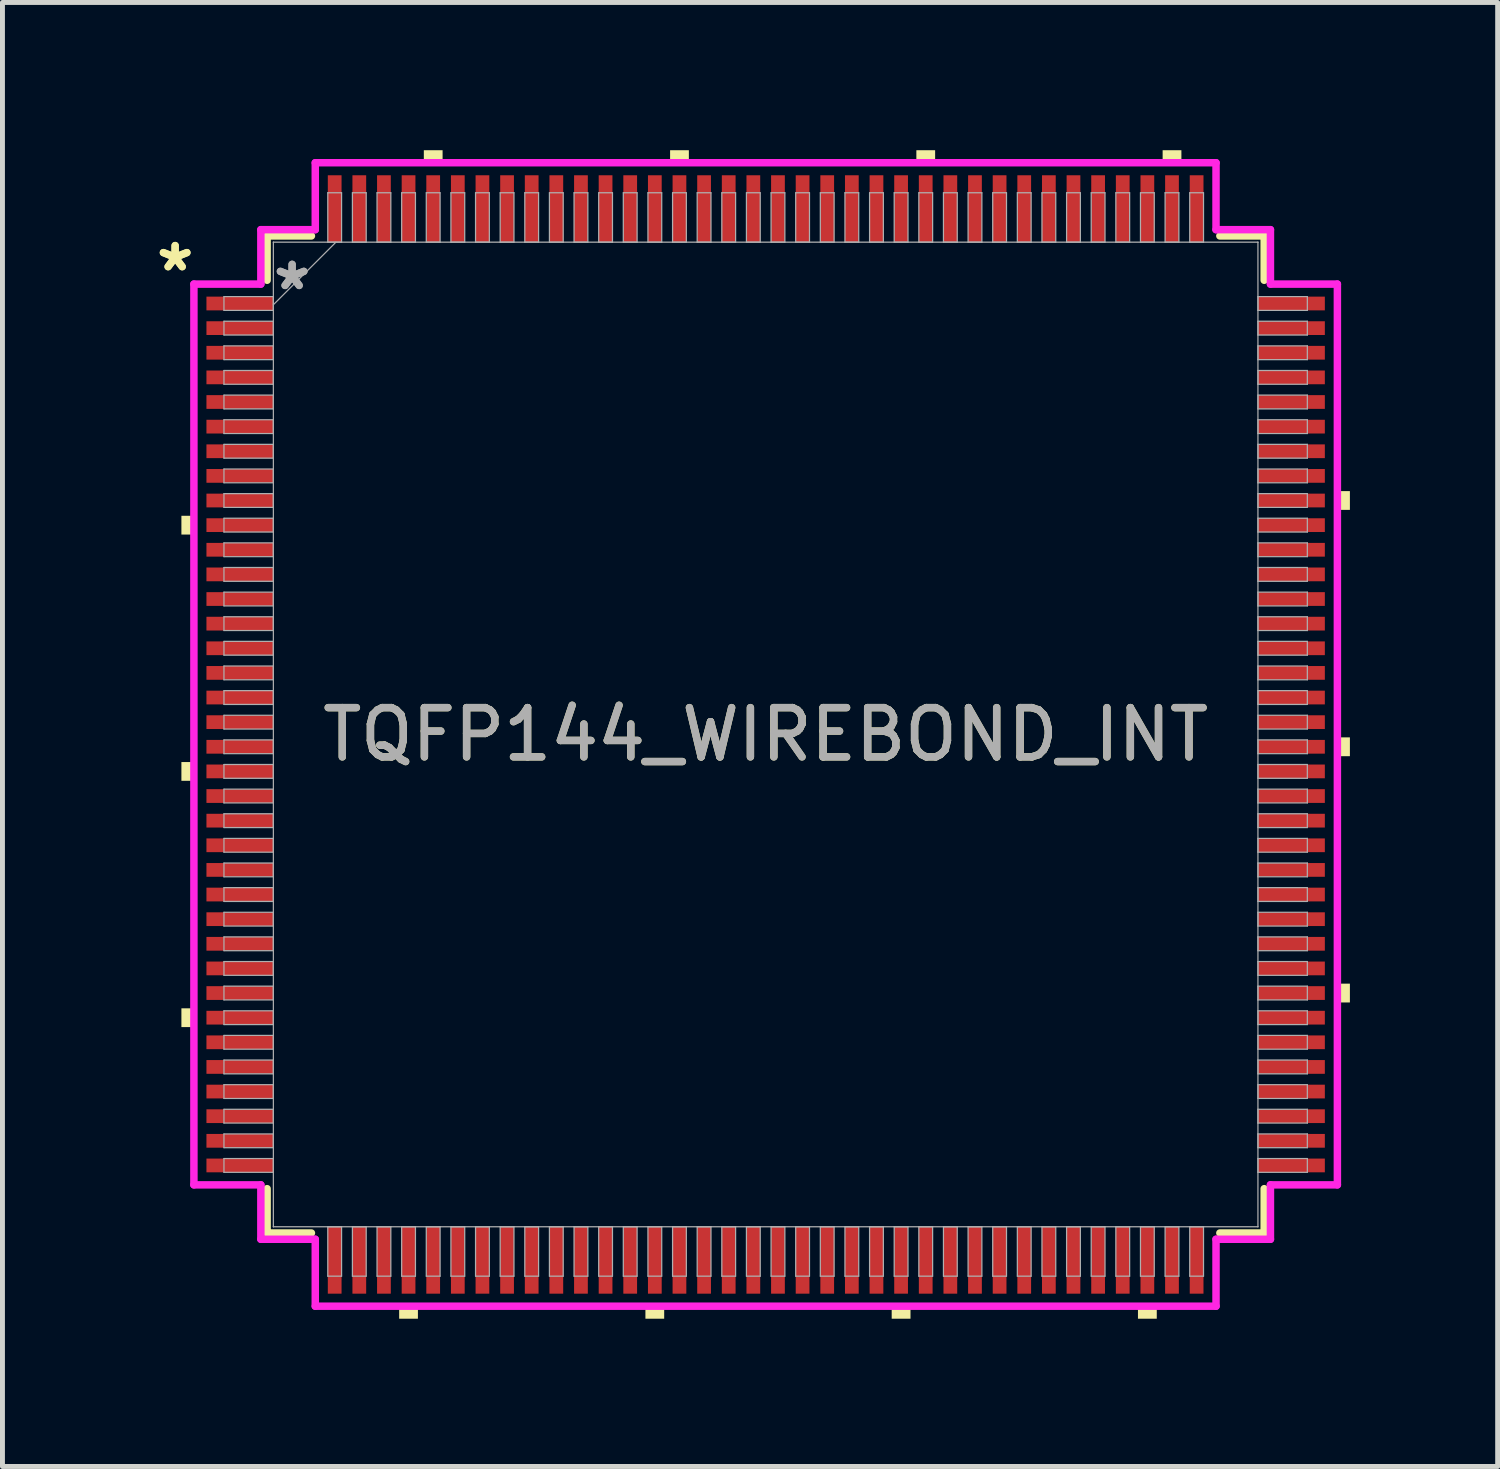
<source format=kicad_pcb>
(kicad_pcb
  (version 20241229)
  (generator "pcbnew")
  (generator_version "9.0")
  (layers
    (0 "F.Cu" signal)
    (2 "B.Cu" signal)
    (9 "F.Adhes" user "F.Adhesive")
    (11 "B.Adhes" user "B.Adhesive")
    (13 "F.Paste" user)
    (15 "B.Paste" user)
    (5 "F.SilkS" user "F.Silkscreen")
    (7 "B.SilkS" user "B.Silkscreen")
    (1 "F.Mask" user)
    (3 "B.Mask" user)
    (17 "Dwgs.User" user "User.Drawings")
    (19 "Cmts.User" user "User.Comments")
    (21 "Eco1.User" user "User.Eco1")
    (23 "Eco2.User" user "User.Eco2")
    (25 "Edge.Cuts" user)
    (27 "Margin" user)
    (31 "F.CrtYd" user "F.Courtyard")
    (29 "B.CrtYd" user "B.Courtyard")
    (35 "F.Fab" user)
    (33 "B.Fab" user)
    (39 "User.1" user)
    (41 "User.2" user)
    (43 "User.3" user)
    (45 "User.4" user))
  (footprint "TQFP144_WIREBOND_INT"
    (layer "F.Cu")
    (at 12.495 11.862)
    (property "Reference" "TQFP144_WIREBOND_INT" (at 0 0 0) (unlocked yes) (layer "F.SilkS") (effects (font (size 1 1) (thickness 0.15))))
    (attr smd)
    (fp_line (start -10.122 -10.122) (end -10.122 -9.222) (stroke (width 0.152) (type solid)) (layer "F.SilkS"))
    (fp_line (start -10.122 9.222) (end -10.122 10.122) (stroke (width 0.152) (type solid)) (layer "F.SilkS"))
    (fp_line (start -10.122 10.122) (end -9.222 10.122) (stroke (width 0.152) (type solid)) (layer "F.SilkS"))
    (fp_line (start -9.222 -10.122) (end -10.122 -10.122) (stroke (width 0.152) (type solid)) (layer "F.SilkS"))
    (fp_line (start 9.222 10.122) (end 10.122 10.122) (stroke (width 0.152) (type solid)) (layer "F.SilkS"))
    (fp_line (start 10.122 -10.122) (end 9.222 -10.122) (stroke (width 0.152) (type solid)) (layer "F.SilkS"))
    (fp_line (start 10.122 -9.222) (end 10.122 -10.122) (stroke (width 0.152) (type solid)) (layer "F.SilkS"))
    (fp_line (start 10.122 10.122) (end 10.122 9.222) (stroke (width 0.152) (type solid)) (layer "F.SilkS"))
    (fp_poly (pts (xy -11.862 -4.44) (xy -11.862 -4.059) (xy -11.608 -4.059) (xy -11.608 -4.44)) (stroke (width 0) (type solid)) (fill yes) (layer "F.SilkS"))
    (fp_poly (pts (xy -11.862 0.56) (xy -11.862 0.941) (xy -11.608 0.941) (xy -11.608 0.56)) (stroke (width 0) (type solid)) (fill yes) (layer "F.SilkS"))
    (fp_poly (pts (xy -11.862 5.56) (xy -11.862 5.941) (xy -11.608 5.941) (xy -11.608 5.56)) (stroke (width 0) (type solid)) (fill yes) (layer "F.SilkS"))
    (fp_poly (pts (xy -7.441 11.608) (xy -7.441 11.862) (xy -7.06 11.862) (xy -7.06 11.608)) (stroke (width 0) (type solid)) (fill yes) (layer "F.SilkS"))
    (fp_poly (pts (xy -6.94 -11.608) (xy -6.94 -11.862) (xy -6.559 -11.862) (xy -6.559 -11.608)) (stroke (width 0) (type solid)) (fill yes) (layer "F.SilkS"))
    (fp_poly (pts (xy -2.441 11.608) (xy -2.441 11.862) (xy -2.06 11.862) (xy -2.06 11.608)) (stroke (width 0) (type solid)) (fill yes) (layer "F.SilkS"))
    (fp_poly (pts (xy -1.94 -11.608) (xy -1.94 -11.862) (xy -1.559 -11.862) (xy -1.559 -11.608)) (stroke (width 0) (type solid)) (fill yes) (layer "F.SilkS"))
    (fp_poly (pts (xy 2.559 11.608) (xy 2.559 11.862) (xy 2.941 11.862) (xy 2.941 11.608)) (stroke (width 0) (type solid)) (fill yes) (layer "F.SilkS"))
    (fp_poly (pts (xy 3.06 -11.608) (xy 3.06 -11.862) (xy 3.441 -11.862) (xy 3.441 -11.608)) (stroke (width 0) (type solid)) (fill yes) (layer "F.SilkS"))
    (fp_poly (pts (xy 7.559 11.608) (xy 7.559 11.862) (xy 7.941 11.862) (xy 7.941 11.608)) (stroke (width 0) (type solid)) (fill yes) (layer "F.SilkS"))
    (fp_poly (pts (xy 8.06 -11.608) (xy 8.06 -11.862) (xy 8.441 -11.862) (xy 8.441 -11.608)) (stroke (width 0) (type solid)) (fill yes) (layer "F.SilkS"))
    (fp_poly (pts (xy 11.862 -4.941) (xy 11.862 -4.56) (xy 11.608 -4.56) (xy 11.608 -4.941)) (stroke (width 0) (type solid)) (fill yes) (layer "F.SilkS"))
    (fp_poly (pts (xy 11.862 0.059) (xy 11.862 0.441) (xy 11.608 0.441) (xy 11.608 0.059)) (stroke (width 0) (type solid)) (fill yes) (layer "F.SilkS"))
    (fp_poly (pts (xy 11.862 5.059) (xy 11.862 5.441) (xy 11.608 5.441) (xy 11.608 5.059)) (stroke (width 0) (type solid)) (fill yes) (layer "F.SilkS"))
    (fp_line (start -11.608 -9.144) (end -10.249 -9.144) (stroke (width 0.152) (type solid)) (layer "F.CrtYd"))
    (fp_line (start -11.608 9.144) (end -11.608 -9.144) (stroke (width 0.152) (type solid)) (layer "F.CrtYd"))
    (fp_line (start -10.249 -10.249) (end -9.144 -10.249) (stroke (width 0.152) (type solid)) (layer "F.CrtYd"))
    (fp_line (start -10.249 -9.144) (end -10.249 -10.249) (stroke (width 0.152) (type solid)) (layer "F.CrtYd"))
    (fp_line (start -10.249 9.144) (end -11.608 9.144) (stroke (width 0.152) (type solid)) (layer "F.CrtYd"))
    (fp_line (start -10.249 10.249) (end -10.249 9.144) (stroke (width 0.152) (type solid)) (layer "F.CrtYd"))
    (fp_line (start -10.249 10.249) (end -9.144 10.249) (stroke (width 0.152) (type solid)) (layer "F.CrtYd"))
    (fp_line (start -9.144 -11.608) (end 9.144 -11.608) (stroke (width 0.152) (type solid)) (layer "F.CrtYd"))
    (fp_line (start -9.144 -10.249) (end -9.144 -11.608) (stroke (width 0.152) (type solid)) (layer "F.CrtYd"))
    (fp_line (start -9.144 10.249) (end -9.144 11.608) (stroke (width 0.152) (type solid)) (layer "F.CrtYd"))
    (fp_line (start -9.144 11.608) (end 9.144 11.608) (stroke (width 0.152) (type solid)) (layer "F.CrtYd"))
    (fp_line (start 9.144 -11.608) (end 9.144 -10.249) (stroke (width 0.152) (type solid)) (layer "F.CrtYd"))
    (fp_line (start 9.144 -10.249) (end 10.249 -10.249) (stroke (width 0.152) (type solid)) (layer "F.CrtYd"))
    (fp_line (start 9.144 10.249) (end 10.249 10.249) (stroke (width 0.152) (type solid)) (layer "F.CrtYd"))
    (fp_line (start 9.144 11.608) (end 9.144 10.249) (stroke (width 0.152) (type solid)) (layer "F.CrtYd"))
    (fp_line (start 10.249 -9.144) (end 10.249 -10.249) (stroke (width 0.152) (type solid)) (layer "F.CrtYd"))
    (fp_line (start 10.249 9.144) (end 11.608 9.144) (stroke (width 0.152) (type solid)) (layer "F.CrtYd"))
    (fp_line (start 10.249 10.249) (end 10.249 9.144) (stroke (width 0.152) (type solid)) (layer "F.CrtYd"))
    (fp_line (start 11.608 -9.144) (end 10.249 -9.144) (stroke (width 0.152) (type solid)) (layer "F.CrtYd"))
    (fp_line (start 11.608 9.144) (end 11.608 -9.144) (stroke (width 0.152) (type solid)) (layer "F.CrtYd"))
    (fp_line (start -10.998 -8.89) (end -10.998 -8.61) (stroke (width 0.025) (type solid)) (layer "F.Fab"))
    (fp_line (start -10.998 -8.61) (end -9.995 -8.61) (stroke (width 0.025) (type solid)) (layer "F.Fab"))
    (fp_line (start -10.998 -8.39) (end -10.998 -8.11) (stroke (width 0.025) (type solid)) (layer "F.Fab"))
    (fp_line (start -10.998 -8.11) (end -9.995 -8.11) (stroke (width 0.025) (type solid)) (layer "F.Fab"))
    (fp_line (start -10.998 -7.89) (end -10.998 -7.61) (stroke (width 0.025) (type solid)) (layer "F.Fab"))
    (fp_line (start -10.998 -7.61) (end -9.995 -7.61) (stroke (width 0.025) (type solid)) (layer "F.Fab"))
    (fp_line (start -10.998 -7.39) (end -10.998 -7.11) (stroke (width 0.025) (type solid)) (layer "F.Fab"))
    (fp_line (start -10.998 -7.11) (end -9.995 -7.11) (stroke (width 0.025) (type solid)) (layer "F.Fab"))
    (fp_line (start -10.998 -6.89) (end -10.998 -6.61) (stroke (width 0.025) (type solid)) (layer "F.Fab"))
    (fp_line (start -10.998 -6.61) (end -9.995 -6.61) (stroke (width 0.025) (type solid)) (layer "F.Fab"))
    (fp_line (start -10.998 -6.39) (end -10.998 -6.11) (stroke (width 0.025) (type solid)) (layer "F.Fab"))
    (fp_line (start -10.998 -6.11) (end -9.995 -6.11) (stroke (width 0.025) (type solid)) (layer "F.Fab"))
    (fp_line (start -10.998 -5.89) (end -10.998 -5.61) (stroke (width 0.025) (type solid)) (layer "F.Fab"))
    (fp_line (start -10.998 -5.61) (end -9.995 -5.61) (stroke (width 0.025) (type solid)) (layer "F.Fab"))
    (fp_line (start -10.998 -5.39) (end -10.998 -5.11) (stroke (width 0.025) (type solid)) (layer "F.Fab"))
    (fp_line (start -10.998 -5.11) (end -9.995 -5.11) (stroke (width 0.025) (type solid)) (layer "F.Fab"))
    (fp_line (start -10.998 -4.89) (end -10.998 -4.61) (stroke (width 0.025) (type solid)) (layer "F.Fab"))
    (fp_line (start -10.998 -4.61) (end -9.995 -4.61) (stroke (width 0.025) (type solid)) (layer "F.Fab"))
    (fp_line (start -10.998 -4.39) (end -10.998 -4.11) (stroke (width 0.025) (type solid)) (layer "F.Fab"))
    (fp_line (start -10.998 -4.11) (end -9.995 -4.11) (stroke (width 0.025) (type solid)) (layer "F.Fab"))
    (fp_line (start -10.998 -3.89) (end -10.998 -3.61) (stroke (width 0.025) (type solid)) (layer "F.Fab"))
    (fp_line (start -10.998 -3.61) (end -9.995 -3.61) (stroke (width 0.025) (type solid)) (layer "F.Fab"))
    (fp_line (start -10.998 -3.39) (end -10.998 -3.11) (stroke (width 0.025) (type solid)) (layer "F.Fab"))
    (fp_line (start -10.998 -3.11) (end -9.995 -3.11) (stroke (width 0.025) (type solid)) (layer "F.Fab"))
    (fp_line (start -10.998 -2.89) (end -10.998 -2.61) (stroke (width 0.025) (type solid)) (layer "F.Fab"))
    (fp_line (start -10.998 -2.61) (end -9.995 -2.61) (stroke (width 0.025) (type solid)) (layer "F.Fab"))
    (fp_line (start -10.998 -2.39) (end -10.998 -2.11) (stroke (width 0.025) (type solid)) (layer "F.Fab"))
    (fp_line (start -10.998 -2.11) (end -9.995 -2.11) (stroke (width 0.025) (type solid)) (layer "F.Fab"))
    (fp_line (start -10.998 -1.89) (end -10.998 -1.61) (stroke (width 0.025) (type solid)) (layer "F.Fab"))
    (fp_line (start -10.998 -1.61) (end -9.995 -1.61) (stroke (width 0.025) (type solid)) (layer "F.Fab"))
    (fp_line (start -10.998 -1.39) (end -10.998 -1.11) (stroke (width 0.025) (type solid)) (layer "F.Fab"))
    (fp_line (start -10.998 -1.11) (end -9.995 -1.11) (stroke (width 0.025) (type solid)) (layer "F.Fab"))
    (fp_line (start -10.998 -0.89) (end -10.998 -0.61) (stroke (width 0.025) (type solid)) (layer "F.Fab"))
    (fp_line (start -10.998 -0.61) (end -9.995 -0.61) (stroke (width 0.025) (type solid)) (layer "F.Fab"))
    (fp_line (start -10.998 -0.39) (end -10.998 -0.11) (stroke (width 0.025) (type solid)) (layer "F.Fab"))
    (fp_line (start -10.998 -0.11) (end -9.995 -0.11) (stroke (width 0.025) (type solid)) (layer "F.Fab"))
    (fp_line (start -10.998 0.11) (end -10.998 0.39) (stroke (width 0.025) (type solid)) (layer "F.Fab"))
    (fp_line (start -10.998 0.39) (end -9.995 0.39) (stroke (width 0.025) (type solid)) (layer "F.Fab"))
    (fp_line (start -10.998 0.61) (end -10.998 0.89) (stroke (width 0.025) (type solid)) (layer "F.Fab"))
    (fp_line (start -10.998 0.89) (end -9.995 0.89) (stroke (width 0.025) (type solid)) (layer "F.Fab"))
    (fp_line (start -10.998 1.11) (end -10.998 1.39) (stroke (width 0.025) (type solid)) (layer "F.Fab"))
    (fp_line (start -10.998 1.39) (end -9.995 1.39) (stroke (width 0.025) (type solid)) (layer "F.Fab"))
    (fp_line (start -10.998 1.61) (end -10.998 1.89) (stroke (width 0.025) (type solid)) (layer "F.Fab"))
    (fp_line (start -10.998 1.89) (end -9.995 1.89) (stroke (width 0.025) (type solid)) (layer "F.Fab"))
    (fp_line (start -10.998 2.11) (end -10.998 2.39) (stroke (width 0.025) (type solid)) (layer "F.Fab"))
    (fp_line (start -10.998 2.39) (end -9.995 2.39) (stroke (width 0.025) (type solid)) (layer "F.Fab"))
    (fp_line (start -10.998 2.61) (end -10.998 2.89) (stroke (width 0.025) (type solid)) (layer "F.Fab"))
    (fp_line (start -10.998 2.89) (end -9.995 2.89) (stroke (width 0.025) (type solid)) (layer "F.Fab"))
    (fp_line (start -10.998 3.11) (end -10.998 3.39) (stroke (width 0.025) (type solid)) (layer "F.Fab"))
    (fp_line (start -10.998 3.39) (end -9.995 3.39) (stroke (width 0.025) (type solid)) (layer "F.Fab"))
    (fp_line (start -10.998 3.61) (end -10.998 3.89) (stroke (width 0.025) (type solid)) (layer "F.Fab"))
    (fp_line (start -10.998 3.89) (end -9.995 3.89) (stroke (width 0.025) (type solid)) (layer "F.Fab"))
    (fp_line (start -10.998 4.11) (end -10.998 4.39) (stroke (width 0.025) (type solid)) (layer "F.Fab"))
    (fp_line (start -10.998 4.39) (end -9.995 4.39) (stroke (width 0.025) (type solid)) (layer "F.Fab"))
    (fp_line (start -10.998 4.61) (end -10.998 4.89) (stroke (width 0.025) (type solid)) (layer "F.Fab"))
    (fp_line (start -10.998 4.89) (end -9.995 4.89) (stroke (width 0.025) (type solid)) (layer "F.Fab"))
    (fp_line (start -10.998 5.11) (end -10.998 5.39) (stroke (width 0.025) (type solid)) (layer "F.Fab"))
    (fp_line (start -10.998 5.39) (end -9.995 5.39) (stroke (width 0.025) (type solid)) (layer "F.Fab"))
    (fp_line (start -10.998 5.61) (end -10.998 5.89) (stroke (width 0.025) (type solid)) (layer "F.Fab"))
    (fp_line (start -10.998 5.89) (end -9.995 5.89) (stroke (width 0.025) (type solid)) (layer "F.Fab"))
    (fp_line (start -10.998 6.11) (end -10.998 6.39) (stroke (width 0.025) (type solid)) (layer "F.Fab"))
    (fp_line (start -10.998 6.39) (end -9.995 6.39) (stroke (width 0.025) (type solid)) (layer "F.Fab"))
    (fp_line (start -10.998 6.61) (end -10.998 6.89) (stroke (width 0.025) (type solid)) (layer "F.Fab"))
    (fp_line (start -10.998 6.89) (end -9.995 6.89) (stroke (width 0.025) (type solid)) (layer "F.Fab"))
    (fp_line (start -10.998 7.11) (end -10.998 7.39) (stroke (width 0.025) (type solid)) (layer "F.Fab"))
    (fp_line (start -10.998 7.39) (end -9.995 7.39) (stroke (width 0.025) (type solid)) (layer "F.Fab"))
    (fp_line (start -10.998 7.61) (end -10.998 7.89) (stroke (width 0.025) (type solid)) (layer "F.Fab"))
    (fp_line (start -10.998 7.89) (end -9.995 7.89) (stroke (width 0.025) (type solid)) (layer "F.Fab"))
    (fp_line (start -10.998 8.11) (end -10.998 8.39) (stroke (width 0.025) (type solid)) (layer "F.Fab"))
    (fp_line (start -10.998 8.39) (end -9.995 8.39) (stroke (width 0.025) (type solid)) (layer "F.Fab"))
    (fp_line (start -10.998 8.61) (end -10.998 8.89) (stroke (width 0.025) (type solid)) (layer "F.Fab"))
    (fp_line (start -10.998 8.89) (end -9.995 8.89) (stroke (width 0.025) (type solid)) (layer "F.Fab"))
    (fp_line (start -9.995 -9.995) (end -9.995 -9.995) (stroke (width 0.025) (type solid)) (layer "F.Fab"))
    (fp_line (start -9.995 -9.995) (end -9.995 9.995) (stroke (width 0.025) (type solid)) (layer "F.Fab"))
    (fp_line (start -9.995 -8.89) (end -10.998 -8.89) (stroke (width 0.025) (type solid)) (layer "F.Fab"))
    (fp_line (start -9.995 -8.725) (end -8.725 -9.995) (stroke (width 0.025) (type solid)) (layer "F.Fab"))
    (fp_line (start -9.995 -8.61) (end -9.995 -8.89) (stroke (width 0.025) (type solid)) (layer "F.Fab"))
    (fp_line (start -9.995 -8.39) (end -10.998 -8.39) (stroke (width 0.025) (type solid)) (layer "F.Fab"))
    (fp_line (start -9.995 -8.11) (end -9.995 -8.39) (stroke (width 0.025) (type solid)) (layer "F.Fab"))
    (fp_line (start -9.995 -7.89) (end -10.998 -7.89) (stroke (width 0.025) (type solid)) (layer "F.Fab"))
    (fp_line (start -9.995 -7.61) (end -9.995 -7.89) (stroke (width 0.025) (type solid)) (layer "F.Fab"))
    (fp_line (start -9.995 -7.39) (end -10.998 -7.39) (stroke (width 0.025) (type solid)) (layer "F.Fab"))
    (fp_line (start -9.995 -7.11) (end -9.995 -7.39) (stroke (width 0.025) (type solid)) (layer "F.Fab"))
    (fp_line (start -9.995 -6.89) (end -10.998 -6.89) (stroke (width 0.025) (type solid)) (layer "F.Fab"))
    (fp_line (start -9.995 -6.61) (end -9.995 -6.89) (stroke (width 0.025) (type solid)) (layer "F.Fab"))
    (fp_line (start -9.995 -6.39) (end -10.998 -6.39) (stroke (width 0.025) (type solid)) (layer "F.Fab"))
    (fp_line (start -9.995 -6.11) (end -9.995 -6.39) (stroke (width 0.025) (type solid)) (layer "F.Fab"))
    (fp_line (start -9.995 -5.89) (end -10.998 -5.89) (stroke (width 0.025) (type solid)) (layer "F.Fab"))
    (fp_line (start -9.995 -5.61) (end -9.995 -5.89) (stroke (width 0.025) (type solid)) (layer "F.Fab"))
    (fp_line (start -9.995 -5.39) (end -10.998 -5.39) (stroke (width 0.025) (type solid)) (layer "F.Fab"))
    (fp_line (start -9.995 -5.11) (end -9.995 -5.39) (stroke (width 0.025) (type solid)) (layer "F.Fab"))
    (fp_line (start -9.995 -4.89) (end -10.998 -4.89) (stroke (width 0.025) (type solid)) (layer "F.Fab"))
    (fp_line (start -9.995 -4.61) (end -9.995 -4.89) (stroke (width 0.025) (type solid)) (layer "F.Fab"))
    (fp_line (start -9.995 -4.39) (end -10.998 -4.39) (stroke (width 0.025) (type solid)) (layer "F.Fab"))
    (fp_line (start -9.995 -4.11) (end -9.995 -4.39) (stroke (width 0.025) (type solid)) (layer "F.Fab"))
    (fp_line (start -9.995 -3.89) (end -10.998 -3.89) (stroke (width 0.025) (type solid)) (layer "F.Fab"))
    (fp_line (start -9.995 -3.61) (end -9.995 -3.89) (stroke (width 0.025) (type solid)) (layer "F.Fab"))
    (fp_line (start -9.995 -3.39) (end -10.998 -3.39) (stroke (width 0.025) (type solid)) (layer "F.Fab"))
    (fp_line (start -9.995 -3.11) (end -9.995 -3.39) (stroke (width 0.025) (type solid)) (layer "F.Fab"))
    (fp_line (start -9.995 -2.89) (end -10.998 -2.89) (stroke (width 0.025) (type solid)) (layer "F.Fab"))
    (fp_line (start -9.995 -2.61) (end -9.995 -2.89) (stroke (width 0.025) (type solid)) (layer "F.Fab"))
    (fp_line (start -9.995 -2.39) (end -10.998 -2.39) (stroke (width 0.025) (type solid)) (layer "F.Fab"))
    (fp_line (start -9.995 -2.11) (end -9.995 -2.39) (stroke (width 0.025) (type solid)) (layer "F.Fab"))
    (fp_line (start -9.995 -1.89) (end -10.998 -1.89) (stroke (width 0.025) (type solid)) (layer "F.Fab"))
    (fp_line (start -9.995 -1.61) (end -9.995 -1.89) (stroke (width 0.025) (type solid)) (layer "F.Fab"))
    (fp_line (start -9.995 -1.39) (end -10.998 -1.39) (stroke (width 0.025) (type solid)) (layer "F.Fab"))
    (fp_line (start -9.995 -1.11) (end -9.995 -1.39) (stroke (width 0.025) (type solid)) (layer "F.Fab"))
    (fp_line (start -9.995 -0.89) (end -10.998 -0.89) (stroke (width 0.025) (type solid)) (layer "F.Fab"))
    (fp_line (start -9.995 -0.61) (end -9.995 -0.89) (stroke (width 0.025) (type solid)) (layer "F.Fab"))
    (fp_line (start -9.995 -0.39) (end -10.998 -0.39) (stroke (width 0.025) (type solid)) (layer "F.Fab"))
    (fp_line (start -9.995 -0.11) (end -9.995 -0.39) (stroke (width 0.025) (type solid)) (layer "F.Fab"))
    (fp_line (start -9.995 0.11) (end -10.998 0.11) (stroke (width 0.025) (type solid)) (layer "F.Fab"))
    (fp_line (start -9.995 0.39) (end -9.995 0.11) (stroke (width 0.025) (type solid)) (layer "F.Fab"))
    (fp_line (start -9.995 0.61) (end -10.998 0.61) (stroke (width 0.025) (type solid)) (layer "F.Fab"))
    (fp_line (start -9.995 0.89) (end -9.995 0.61) (stroke (width 0.025) (type solid)) (layer "F.Fab"))
    (fp_line (start -9.995 1.11) (end -10.998 1.11) (stroke (width 0.025) (type solid)) (layer "F.Fab"))
    (fp_line (start -9.995 1.39) (end -9.995 1.11) (stroke (width 0.025) (type solid)) (layer "F.Fab"))
    (fp_line (start -9.995 1.61) (end -10.998 1.61) (stroke (width 0.025) (type solid)) (layer "F.Fab"))
    (fp_line (start -9.995 1.89) (end -9.995 1.61) (stroke (width 0.025) (type solid)) (layer "F.Fab"))
    (fp_line (start -9.995 2.11) (end -10.998 2.11) (stroke (width 0.025) (type solid)) (layer "F.Fab"))
    (fp_line (start -9.995 2.39) (end -9.995 2.11) (stroke (width 0.025) (type solid)) (layer "F.Fab"))
    (fp_line (start -9.995 2.61) (end -10.998 2.61) (stroke (width 0.025) (type solid)) (layer "F.Fab"))
    (fp_line (start -9.995 2.89) (end -9.995 2.61) (stroke (width 0.025) (type solid)) (layer "F.Fab"))
    (fp_line (start -9.995 3.11) (end -10.998 3.11) (stroke (width 0.025) (type solid)) (layer "F.Fab"))
    (fp_line (start -9.995 3.39) (end -9.995 3.11) (stroke (width 0.025) (type solid)) (layer "F.Fab"))
    (fp_line (start -9.995 3.61) (end -10.998 3.61) (stroke (width 0.025) (type solid)) (layer "F.Fab"))
    (fp_line (start -9.995 3.89) (end -9.995 3.61) (stroke (width 0.025) (type solid)) (layer "F.Fab"))
    (fp_line (start -9.995 4.11) (end -10.998 4.11) (stroke (width 0.025) (type solid)) (layer "F.Fab"))
    (fp_line (start -9.995 4.39) (end -9.995 4.11) (stroke (width 0.025) (type solid)) (layer "F.Fab"))
    (fp_line (start -9.995 4.61) (end -10.998 4.61) (stroke (width 0.025) (type solid)) (layer "F.Fab"))
    (fp_line (start -9.995 4.89) (end -9.995 4.61) (stroke (width 0.025) (type solid)) (layer "F.Fab"))
    (fp_line (start -9.995 5.11) (end -10.998 5.11) (stroke (width 0.025) (type solid)) (layer "F.Fab"))
    (fp_line (start -9.995 5.39) (end -9.995 5.11) (stroke (width 0.025) (type solid)) (layer "F.Fab"))
    (fp_line (start -9.995 5.61) (end -10.998 5.61) (stroke (width 0.025) (type solid)) (layer "F.Fab"))
    (fp_line (start -9.995 5.89) (end -9.995 5.61) (stroke (width 0.025) (type solid)) (layer "F.Fab"))
    (fp_line (start -9.995 6.11) (end -10.998 6.11) (stroke (width 0.025) (type solid)) (layer "F.Fab"))
    (fp_line (start -9.995 6.39) (end -9.995 6.11) (stroke (width 0.025) (type solid)) (layer "F.Fab"))
    (fp_line (start -9.995 6.61) (end -10.998 6.61) (stroke (width 0.025) (type solid)) (layer "F.Fab"))
    (fp_line (start -9.995 6.89) (end -9.995 6.61) (stroke (width 0.025) (type solid)) (layer "F.Fab"))
    (fp_line (start -9.995 7.11) (end -10.998 7.11) (stroke (width 0.025) (type solid)) (layer "F.Fab"))
    (fp_line (start -9.995 7.39) (end -9.995 7.11) (stroke (width 0.025) (type solid)) (layer "F.Fab"))
    (fp_line (start -9.995 7.61) (end -10.998 7.61) (stroke (width 0.025) (type solid)) (layer "F.Fab"))
    (fp_line (start -9.995 7.89) (end -9.995 7.61) (stroke (width 0.025) (type solid)) (layer "F.Fab"))
    (fp_line (start -9.995 8.11) (end -10.998 8.11) (stroke (width 0.025) (type solid)) (layer "F.Fab"))
    (fp_line (start -9.995 8.39) (end -9.995 8.11) (stroke (width 0.025) (type solid)) (layer "F.Fab"))
    (fp_line (start -9.995 8.61) (end -10.998 8.61) (stroke (width 0.025) (type solid)) (layer "F.Fab"))
    (fp_line (start -9.995 8.89) (end -9.995 8.61) (stroke (width 0.025) (type solid)) (layer "F.Fab"))
    (fp_line (start -9.995 9.995) (end -9.995 9.995) (stroke (width 0.025) (type solid)) (layer "F.Fab"))
    (fp_line (start -9.995 9.995) (end 9.995 9.995) (stroke (width 0.025) (type solid)) (layer "F.Fab"))
    (fp_line (start -8.89 -10.998) (end -8.89 -9.995) (stroke (width 0.025) (type solid)) (layer "F.Fab"))
    (fp_line (start -8.89 -9.995) (end -8.61 -9.995) (stroke (width 0.025) (type solid)) (layer "F.Fab"))
    (fp_line (start -8.89 9.995) (end -8.89 10.998) (stroke (width 0.025) (type solid)) (layer "F.Fab"))
    (fp_line (start -8.89 10.998) (end -8.61 10.998) (stroke (width 0.025) (type solid)) (layer "F.Fab"))
    (fp_line (start -8.61 -10.998) (end -8.89 -10.998) (stroke (width 0.025) (type solid)) (layer "F.Fab"))
    (fp_line (start -8.61 -9.995) (end -8.61 -10.998) (stroke (width 0.025) (type solid)) (layer "F.Fab"))
    (fp_line (start -8.61 9.995) (end -8.89 9.995) (stroke (width 0.025) (type solid)) (layer "F.Fab"))
    (fp_line (start -8.61 10.998) (end -8.61 9.995) (stroke (width 0.025) (type solid)) (layer "F.Fab"))
    (fp_line (start -8.39 -10.998) (end -8.39 -9.995) (stroke (width 0.025) (type solid)) (layer "F.Fab"))
    (fp_line (start -8.39 -9.995) (end -8.11 -9.995) (stroke (width 0.025) (type solid)) (layer "F.Fab"))
    (fp_line (start -8.39 9.995) (end -8.39 10.998) (stroke (width 0.025) (type solid)) (layer "F.Fab"))
    (fp_line (start -8.39 10.998) (end -8.11 10.998) (stroke (width 0.025) (type solid)) (layer "F.Fab"))
    (fp_line (start -8.11 -10.998) (end -8.39 -10.998) (stroke (width 0.025) (type solid)) (layer "F.Fab"))
    (fp_line (start -8.11 -9.995) (end -8.11 -10.998) (stroke (width 0.025) (type solid)) (layer "F.Fab"))
    (fp_line (start -8.11 9.995) (end -8.39 9.995) (stroke (width 0.025) (type solid)) (layer "F.Fab"))
    (fp_line (start -8.11 10.998) (end -8.11 9.995) (stroke (width 0.025) (type solid)) (layer "F.Fab"))
    (fp_line (start -7.89 -10.998) (end -7.89 -9.995) (stroke (width 0.025) (type solid)) (layer "F.Fab"))
    (fp_line (start -7.89 -9.995) (end -7.61 -9.995) (stroke (width 0.025) (type solid)) (layer "F.Fab"))
    (fp_line (start -7.89 9.995) (end -7.89 10.998) (stroke (width 0.025) (type solid)) (layer "F.Fab"))
    (fp_line (start -7.89 10.998) (end -7.61 10.998) (stroke (width 0.025) (type solid)) (layer "F.Fab"))
    (fp_line (start -7.61 -10.998) (end -7.89 -10.998) (stroke (width 0.025) (type solid)) (layer "F.Fab"))
    (fp_line (start -7.61 -9.995) (end -7.61 -10.998) (stroke (width 0.025) (type solid)) (layer "F.Fab"))
    (fp_line (start -7.61 9.995) (end -7.89 9.995) (stroke (width 0.025) (type solid)) (layer "F.Fab"))
    (fp_line (start -7.61 10.998) (end -7.61 9.995) (stroke (width 0.025) (type solid)) (layer "F.Fab"))
    (fp_line (start -7.39 -10.998) (end -7.39 -9.995) (stroke (width 0.025) (type solid)) (layer "F.Fab"))
    (fp_line (start -7.39 -9.995) (end -7.11 -9.995) (stroke (width 0.025) (type solid)) (layer "F.Fab"))
    (fp_line (start -7.39 9.995) (end -7.39 10.998) (stroke (width 0.025) (type solid)) (layer "F.Fab"))
    (fp_line (start -7.39 10.998) (end -7.11 10.998) (stroke (width 0.025) (type solid)) (layer "F.Fab"))
    (fp_line (start -7.11 -10.998) (end -7.39 -10.998) (stroke (width 0.025) (type solid)) (layer "F.Fab"))
    (fp_line (start -7.11 -9.995) (end -7.11 -10.998) (stroke (width 0.025) (type solid)) (layer "F.Fab"))
    (fp_line (start -7.11 9.995) (end -7.39 9.995) (stroke (width 0.025) (type solid)) (layer "F.Fab"))
    (fp_line (start -7.11 10.998) (end -7.11 9.995) (stroke (width 0.025) (type solid)) (layer "F.Fab"))
    (fp_line (start -6.89 -10.998) (end -6.89 -9.995) (stroke (width 0.025) (type solid)) (layer "F.Fab"))
    (fp_line (start -6.89 -9.995) (end -6.61 -9.995) (stroke (width 0.025) (type solid)) (layer "F.Fab"))
    (fp_line (start -6.89 9.995) (end -6.89 10.998) (stroke (width 0.025) (type solid)) (layer "F.Fab"))
    (fp_line (start -6.89 10.998) (end -6.61 10.998) (stroke (width 0.025) (type solid)) (layer "F.Fab"))
    (fp_line (start -6.61 -10.998) (end -6.89 -10.998) (stroke (width 0.025) (type solid)) (layer "F.Fab"))
    (fp_line (start -6.61 -9.995) (end -6.61 -10.998) (stroke (width 0.025) (type solid)) (layer "F.Fab"))
    (fp_line (start -6.61 9.995) (end -6.89 9.995) (stroke (width 0.025) (type solid)) (layer "F.Fab"))
    (fp_line (start -6.61 10.998) (end -6.61 9.995) (stroke (width 0.025) (type solid)) (layer "F.Fab"))
    (fp_line (start -6.39 -10.998) (end -6.39 -9.995) (stroke (width 0.025) (type solid)) (layer "F.Fab"))
    (fp_line (start -6.39 -9.995) (end -6.11 -9.995) (stroke (width 0.025) (type solid)) (layer "F.Fab"))
    (fp_line (start -6.39 9.995) (end -6.39 10.998) (stroke (width 0.025) (type solid)) (layer "F.Fab"))
    (fp_line (start -6.39 10.998) (end -6.11 10.998) (stroke (width 0.025) (type solid)) (layer "F.Fab"))
    (fp_line (start -6.11 -10.998) (end -6.39 -10.998) (stroke (width 0.025) (type solid)) (layer "F.Fab"))
    (fp_line (start -6.11 -9.995) (end -6.11 -10.998) (stroke (width 0.025) (type solid)) (layer "F.Fab"))
    (fp_line (start -6.11 9.995) (end -6.39 9.995) (stroke (width 0.025) (type solid)) (layer "F.Fab"))
    (fp_line (start -6.11 10.998) (end -6.11 9.995) (stroke (width 0.025) (type solid)) (layer "F.Fab"))
    (fp_line (start -5.89 -10.998) (end -5.89 -9.995) (stroke (width 0.025) (type solid)) (layer "F.Fab"))
    (fp_line (start -5.89 -9.995) (end -5.61 -9.995) (stroke (width 0.025) (type solid)) (layer "F.Fab"))
    (fp_line (start -5.89 9.995) (end -5.89 10.998) (stroke (width 0.025) (type solid)) (layer "F.Fab"))
    (fp_line (start -5.89 10.998) (end -5.61 10.998) (stroke (width 0.025) (type solid)) (layer "F.Fab"))
    (fp_line (start -5.61 -10.998) (end -5.89 -10.998) (stroke (width 0.025) (type solid)) (layer "F.Fab"))
    (fp_line (start -5.61 -9.995) (end -5.61 -10.998) (stroke (width 0.025) (type solid)) (layer "F.Fab"))
    (fp_line (start -5.61 9.995) (end -5.89 9.995) (stroke (width 0.025) (type solid)) (layer "F.Fab"))
    (fp_line (start -5.61 10.998) (end -5.61 9.995) (stroke (width 0.025) (type solid)) (layer "F.Fab"))
    (fp_line (start -5.39 -10.998) (end -5.39 -9.995) (stroke (width 0.025) (type solid)) (layer "F.Fab"))
    (fp_line (start -5.39 -9.995) (end -5.11 -9.995) (stroke (width 0.025) (type solid)) (layer "F.Fab"))
    (fp_line (start -5.39 9.995) (end -5.39 10.998) (stroke (width 0.025) (type solid)) (layer "F.Fab"))
    (fp_line (start -5.39 10.998) (end -5.11 10.998) (stroke (width 0.025) (type solid)) (layer "F.Fab"))
    (fp_line (start -5.11 -10.998) (end -5.39 -10.998) (stroke (width 0.025) (type solid)) (layer "F.Fab"))
    (fp_line (start -5.11 -9.995) (end -5.11 -10.998) (stroke (width 0.025) (type solid)) (layer "F.Fab"))
    (fp_line (start -5.11 9.995) (end -5.39 9.995) (stroke (width 0.025) (type solid)) (layer "F.Fab"))
    (fp_line (start -5.11 10.998) (end -5.11 9.995) (stroke (width 0.025) (type solid)) (layer "F.Fab"))
    (fp_line (start -4.89 -10.998) (end -4.89 -9.995) (stroke (width 0.025) (type solid)) (layer "F.Fab"))
    (fp_line (start -4.89 -9.995) (end -4.61 -9.995) (stroke (width 0.025) (type solid)) (layer "F.Fab"))
    (fp_line (start -4.89 9.995) (end -4.89 10.998) (stroke (width 0.025) (type solid)) (layer "F.Fab"))
    (fp_line (start -4.89 10.998) (end -4.61 10.998) (stroke (width 0.025) (type solid)) (layer "F.Fab"))
    (fp_line (start -4.61 -10.998) (end -4.89 -10.998) (stroke (width 0.025) (type solid)) (layer "F.Fab"))
    (fp_line (start -4.61 -9.995) (end -4.61 -10.998) (stroke (width 0.025) (type solid)) (layer "F.Fab"))
    (fp_line (start -4.61 9.995) (end -4.89 9.995) (stroke (width 0.025) (type solid)) (layer "F.Fab"))
    (fp_line (start -4.61 10.998) (end -4.61 9.995) (stroke (width 0.025) (type solid)) (layer "F.Fab"))
    (fp_line (start -4.39 -10.998) (end -4.39 -9.995) (stroke (width 0.025) (type solid)) (layer "F.Fab"))
    (fp_line (start -4.39 -9.995) (end -4.11 -9.995) (stroke (width 0.025) (type solid)) (layer "F.Fab"))
    (fp_line (start -4.39 9.995) (end -4.39 10.998) (stroke (width 0.025) (type solid)) (layer "F.Fab"))
    (fp_line (start -4.39 10.998) (end -4.11 10.998) (stroke (width 0.025) (type solid)) (layer "F.Fab"))
    (fp_line (start -4.11 -10.998) (end -4.39 -10.998) (stroke (width 0.025) (type solid)) (layer "F.Fab"))
    (fp_line (start -4.11 -9.995) (end -4.11 -10.998) (stroke (width 0.025) (type solid)) (layer "F.Fab"))
    (fp_line (start -4.11 9.995) (end -4.39 9.995) (stroke (width 0.025) (type solid)) (layer "F.Fab"))
    (fp_line (start -4.11 10.998) (end -4.11 9.995) (stroke (width 0.025) (type solid)) (layer "F.Fab"))
    (fp_line (start -3.89 -10.998) (end -3.89 -9.995) (stroke (width 0.025) (type solid)) (layer "F.Fab"))
    (fp_line (start -3.89 -9.995) (end -3.61 -9.995) (stroke (width 0.025) (type solid)) (layer "F.Fab"))
    (fp_line (start -3.89 9.995) (end -3.89 10.998) (stroke (width 0.025) (type solid)) (layer "F.Fab"))
    (fp_line (start -3.89 10.998) (end -3.61 10.998) (stroke (width 0.025) (type solid)) (layer "F.Fab"))
    (fp_line (start -3.61 -10.998) (end -3.89 -10.998) (stroke (width 0.025) (type solid)) (layer "F.Fab"))
    (fp_line (start -3.61 -9.995) (end -3.61 -10.998) (stroke (width 0.025) (type solid)) (layer "F.Fab"))
    (fp_line (start -3.61 9.995) (end -3.89 9.995) (stroke (width 0.025) (type solid)) (layer "F.Fab"))
    (fp_line (start -3.61 10.998) (end -3.61 9.995) (stroke (width 0.025) (type solid)) (layer "F.Fab"))
    (fp_line (start -3.39 -10.998) (end -3.39 -9.995) (stroke (width 0.025) (type solid)) (layer "F.Fab"))
    (fp_line (start -3.39 -9.995) (end -3.11 -9.995) (stroke (width 0.025) (type solid)) (layer "F.Fab"))
    (fp_line (start -3.39 9.995) (end -3.39 10.998) (stroke (width 0.025) (type solid)) (layer "F.Fab"))
    (fp_line (start -3.39 10.998) (end -3.11 10.998) (stroke (width 0.025) (type solid)) (layer "F.Fab"))
    (fp_line (start -3.11 -10.998) (end -3.39 -10.998) (stroke (width 0.025) (type solid)) (layer "F.Fab"))
    (fp_line (start -3.11 -9.995) (end -3.11 -10.998) (stroke (width 0.025) (type solid)) (layer "F.Fab"))
    (fp_line (start -3.11 9.995) (end -3.39 9.995) (stroke (width 0.025) (type solid)) (layer "F.Fab"))
    (fp_line (start -3.11 10.998) (end -3.11 9.995) (stroke (width 0.025) (type solid)) (layer "F.Fab"))
    (fp_line (start -2.89 -10.998) (end -2.89 -9.995) (stroke (width 0.025) (type solid)) (layer "F.Fab"))
    (fp_line (start -2.89 -9.995) (end -2.61 -9.995) (stroke (width 0.025) (type solid)) (layer "F.Fab"))
    (fp_line (start -2.89 9.995) (end -2.89 10.998) (stroke (width 0.025) (type solid)) (layer "F.Fab"))
    (fp_line (start -2.89 10.998) (end -2.61 10.998) (stroke (width 0.025) (type solid)) (layer "F.Fab"))
    (fp_line (start -2.61 -10.998) (end -2.89 -10.998) (stroke (width 0.025) (type solid)) (layer "F.Fab"))
    (fp_line (start -2.61 -9.995) (end -2.61 -10.998) (stroke (width 0.025) (type solid)) (layer "F.Fab"))
    (fp_line (start -2.61 9.995) (end -2.89 9.995) (stroke (width 0.025) (type solid)) (layer "F.Fab"))
    (fp_line (start -2.61 10.998) (end -2.61 9.995) (stroke (width 0.025) (type solid)) (layer "F.Fab"))
    (fp_line (start -2.39 -10.998) (end -2.39 -9.995) (stroke (width 0.025) (type solid)) (layer "F.Fab"))
    (fp_line (start -2.39 -9.995) (end -2.11 -9.995) (stroke (width 0.025) (type solid)) (layer "F.Fab"))
    (fp_line (start -2.39 9.995) (end -2.39 10.998) (stroke (width 0.025) (type solid)) (layer "F.Fab"))
    (fp_line (start -2.39 10.998) (end -2.11 10.998) (stroke (width 0.025) (type solid)) (layer "F.Fab"))
    (fp_line (start -2.11 -10.998) (end -2.39 -10.998) (stroke (width 0.025) (type solid)) (layer "F.Fab"))
    (fp_line (start -2.11 -9.995) (end -2.11 -10.998) (stroke (width 0.025) (type solid)) (layer "F.Fab"))
    (fp_line (start -2.11 9.995) (end -2.39 9.995) (stroke (width 0.025) (type solid)) (layer "F.Fab"))
    (fp_line (start -2.11 10.998) (end -2.11 9.995) (stroke (width 0.025) (type solid)) (layer "F.Fab"))
    (fp_line (start -1.89 -10.998) (end -1.89 -9.995) (stroke (width 0.025) (type solid)) (layer "F.Fab"))
    (fp_line (start -1.89 -9.995) (end -1.61 -9.995) (stroke (width 0.025) (type solid)) (layer "F.Fab"))
    (fp_line (start -1.89 9.995) (end -1.89 10.998) (stroke (width 0.025) (type solid)) (layer "F.Fab"))
    (fp_line (start -1.89 10.998) (end -1.61 10.998) (stroke (width 0.025) (type solid)) (layer "F.Fab"))
    (fp_line (start -1.61 -10.998) (end -1.89 -10.998) (stroke (width 0.025) (type solid)) (layer "F.Fab"))
    (fp_line (start -1.61 -9.995) (end -1.61 -10.998) (stroke (width 0.025) (type solid)) (layer "F.Fab"))
    (fp_line (start -1.61 9.995) (end -1.89 9.995) (stroke (width 0.025) (type solid)) (layer "F.Fab"))
    (fp_line (start -1.61 10.998) (end -1.61 9.995) (stroke (width 0.025) (type solid)) (layer "F.Fab"))
    (fp_line (start -1.39 -10.998) (end -1.39 -9.995) (stroke (width 0.025) (type solid)) (layer "F.Fab"))
    (fp_line (start -1.39 -9.995) (end -1.11 -9.995) (stroke (width 0.025) (type solid)) (layer "F.Fab"))
    (fp_line (start -1.39 9.995) (end -1.39 10.998) (stroke (width 0.025) (type solid)) (layer "F.Fab"))
    (fp_line (start -1.39 10.998) (end -1.11 10.998) (stroke (width 0.025) (type solid)) (layer "F.Fab"))
    (fp_line (start -1.11 -10.998) (end -1.39 -10.998) (stroke (width 0.025) (type solid)) (layer "F.Fab"))
    (fp_line (start -1.11 -9.995) (end -1.11 -10.998) (stroke (width 0.025) (type solid)) (layer "F.Fab"))
    (fp_line (start -1.11 9.995) (end -1.39 9.995) (stroke (width 0.025) (type solid)) (layer "F.Fab"))
    (fp_line (start -1.11 10.998) (end -1.11 9.995) (stroke (width 0.025) (type solid)) (layer "F.Fab"))
    (fp_line (start -0.89 -10.998) (end -0.89 -9.995) (stroke (width 0.025) (type solid)) (layer "F.Fab"))
    (fp_line (start -0.89 -9.995) (end -0.61 -9.995) (stroke (width 0.025) (type solid)) (layer "F.Fab"))
    (fp_line (start -0.89 9.995) (end -0.89 10.998) (stroke (width 0.025) (type solid)) (layer "F.Fab"))
    (fp_line (start -0.89 10.998) (end -0.61 10.998) (stroke (width 0.025) (type solid)) (layer "F.Fab"))
    (fp_line (start -0.61 -10.998) (end -0.89 -10.998) (stroke (width 0.025) (type solid)) (layer "F.Fab"))
    (fp_line (start -0.61 -9.995) (end -0.61 -10.998) (stroke (width 0.025) (type solid)) (layer "F.Fab"))
    (fp_line (start -0.61 9.995) (end -0.89 9.995) (stroke (width 0.025) (type solid)) (layer "F.Fab"))
    (fp_line (start -0.61 10.998) (end -0.61 9.995) (stroke (width 0.025) (type solid)) (layer "F.Fab"))
    (fp_line (start -0.39 -10.998) (end -0.39 -9.995) (stroke (width 0.025) (type solid)) (layer "F.Fab"))
    (fp_line (start -0.39 -9.995) (end -0.11 -9.995) (stroke (width 0.025) (type solid)) (layer "F.Fab"))
    (fp_line (start -0.39 9.995) (end -0.39 10.998) (stroke (width 0.025) (type solid)) (layer "F.Fab"))
    (fp_line (start -0.39 10.998) (end -0.11 10.998) (stroke (width 0.025) (type solid)) (layer "F.Fab"))
    (fp_line (start -0.11 -10.998) (end -0.39 -10.998) (stroke (width 0.025) (type solid)) (layer "F.Fab"))
    (fp_line (start -0.11 -9.995) (end -0.11 -10.998) (stroke (width 0.025) (type solid)) (layer "F.Fab"))
    (fp_line (start -0.11 9.995) (end -0.39 9.995) (stroke (width 0.025) (type solid)) (layer "F.Fab"))
    (fp_line (start -0.11 10.998) (end -0.11 9.995) (stroke (width 0.025) (type solid)) (layer "F.Fab"))
    (fp_line (start 0.11 -10.998) (end 0.11 -9.995) (stroke (width 0.025) (type solid)) (layer "F.Fab"))
    (fp_line (start 0.11 -9.995) (end 0.39 -9.995) (stroke (width 0.025) (type solid)) (layer "F.Fab"))
    (fp_line (start 0.11 9.995) (end 0.11 10.998) (stroke (width 0.025) (type solid)) (layer "F.Fab"))
    (fp_line (start 0.11 10.998) (end 0.39 10.998) (stroke (width 0.025) (type solid)) (layer "F.Fab"))
    (fp_line (start 0.39 -10.998) (end 0.11 -10.998) (stroke (width 0.025) (type solid)) (layer "F.Fab"))
    (fp_line (start 0.39 -9.995) (end 0.39 -10.998) (stroke (width 0.025) (type solid)) (layer "F.Fab"))
    (fp_line (start 0.39 9.995) (end 0.11 9.995) (stroke (width 0.025) (type solid)) (layer "F.Fab"))
    (fp_line (start 0.39 10.998) (end 0.39 9.995) (stroke (width 0.025) (type solid)) (layer "F.Fab"))
    (fp_line (start 0.61 -10.998) (end 0.61 -9.995) (stroke (width 0.025) (type solid)) (layer "F.Fab"))
    (fp_line (start 0.61 -9.995) (end 0.89 -9.995) (stroke (width 0.025) (type solid)) (layer "F.Fab"))
    (fp_line (start 0.61 9.995) (end 0.61 10.998) (stroke (width 0.025) (type solid)) (layer "F.Fab"))
    (fp_line (start 0.61 10.998) (end 0.89 10.998) (stroke (width 0.025) (type solid)) (layer "F.Fab"))
    (fp_line (start 0.89 -10.998) (end 0.61 -10.998) (stroke (width 0.025) (type solid)) (layer "F.Fab"))
    (fp_line (start 0.89 -9.995) (end 0.89 -10.998) (stroke (width 0.025) (type solid)) (layer "F.Fab"))
    (fp_line (start 0.89 9.995) (end 0.61 9.995) (stroke (width 0.025) (type solid)) (layer "F.Fab"))
    (fp_line (start 0.89 10.998) (end 0.89 9.995) (stroke (width 0.025) (type solid)) (layer "F.Fab"))
    (fp_line (start 1.11 -10.998) (end 1.11 -9.995) (stroke (width 0.025) (type solid)) (layer "F.Fab"))
    (fp_line (start 1.11 -9.995) (end 1.39 -9.995) (stroke (width 0.025) (type solid)) (layer "F.Fab"))
    (fp_line (start 1.11 9.995) (end 1.11 10.998) (stroke (width 0.025) (type solid)) (layer "F.Fab"))
    (fp_line (start 1.11 10.998) (end 1.39 10.998) (stroke (width 0.025) (type solid)) (layer "F.Fab"))
    (fp_line (start 1.39 -10.998) (end 1.11 -10.998) (stroke (width 0.025) (type solid)) (layer "F.Fab"))
    (fp_line (start 1.39 -9.995) (end 1.39 -10.998) (stroke (width 0.025) (type solid)) (layer "F.Fab"))
    (fp_line (start 1.39 9.995) (end 1.11 9.995) (stroke (width 0.025) (type solid)) (layer "F.Fab"))
    (fp_line (start 1.39 10.998) (end 1.39 9.995) (stroke (width 0.025) (type solid)) (layer "F.Fab"))
    (fp_line (start 1.61 -10.998) (end 1.61 -9.995) (stroke (width 0.025) (type solid)) (layer "F.Fab"))
    (fp_line (start 1.61 -9.995) (end 1.89 -9.995) (stroke (width 0.025) (type solid)) (layer "F.Fab"))
    (fp_line (start 1.61 9.995) (end 1.61 10.998) (stroke (width 0.025) (type solid)) (layer "F.Fab"))
    (fp_line (start 1.61 10.998) (end 1.89 10.998) (stroke (width 0.025) (type solid)) (layer "F.Fab"))
    (fp_line (start 1.89 -10.998) (end 1.61 -10.998) (stroke (width 0.025) (type solid)) (layer "F.Fab"))
    (fp_line (start 1.89 -9.995) (end 1.89 -10.998) (stroke (width 0.025) (type solid)) (layer "F.Fab"))
    (fp_line (start 1.89 9.995) (end 1.61 9.995) (stroke (width 0.025) (type solid)) (layer "F.Fab"))
    (fp_line (start 1.89 10.998) (end 1.89 9.995) (stroke (width 0.025) (type solid)) (layer "F.Fab"))
    (fp_line (start 2.11 -10.998) (end 2.11 -9.995) (stroke (width 0.025) (type solid)) (layer "F.Fab"))
    (fp_line (start 2.11 -9.995) (end 2.39 -9.995) (stroke (width 0.025) (type solid)) (layer "F.Fab"))
    (fp_line (start 2.11 9.995) (end 2.11 10.998) (stroke (width 0.025) (type solid)) (layer "F.Fab"))
    (fp_line (start 2.11 10.998) (end 2.39 10.998) (stroke (width 0.025) (type solid)) (layer "F.Fab"))
    (fp_line (start 2.39 -10.998) (end 2.11 -10.998) (stroke (width 0.025) (type solid)) (layer "F.Fab"))
    (fp_line (start 2.39 -9.995) (end 2.39 -10.998) (stroke (width 0.025) (type solid)) (layer "F.Fab"))
    (fp_line (start 2.39 9.995) (end 2.11 9.995) (stroke (width 0.025) (type solid)) (layer "F.Fab"))
    (fp_line (start 2.39 10.998) (end 2.39 9.995) (stroke (width 0.025) (type solid)) (layer "F.Fab"))
    (fp_line (start 2.61 -10.998) (end 2.61 -9.995) (stroke (width 0.025) (type solid)) (layer "F.Fab"))
    (fp_line (start 2.61 -9.995) (end 2.89 -9.995) (stroke (width 0.025) (type solid)) (layer "F.Fab"))
    (fp_line (start 2.61 9.995) (end 2.61 10.998) (stroke (width 0.025) (type solid)) (layer "F.Fab"))
    (fp_line (start 2.61 10.998) (end 2.89 10.998) (stroke (width 0.025) (type solid)) (layer "F.Fab"))
    (fp_line (start 2.89 -10.998) (end 2.61 -10.998) (stroke (width 0.025) (type solid)) (layer "F.Fab"))
    (fp_line (start 2.89 -9.995) (end 2.89 -10.998) (stroke (width 0.025) (type solid)) (layer "F.Fab"))
    (fp_line (start 2.89 9.995) (end 2.61 9.995) (stroke (width 0.025) (type solid)) (layer "F.Fab"))
    (fp_line (start 2.89 10.998) (end 2.89 9.995) (stroke (width 0.025) (type solid)) (layer "F.Fab"))
    (fp_line (start 3.11 -10.998) (end 3.11 -9.995) (stroke (width 0.025) (type solid)) (layer "F.Fab"))
    (fp_line (start 3.11 -9.995) (end 3.39 -9.995) (stroke (width 0.025) (type solid)) (layer "F.Fab"))
    (fp_line (start 3.11 9.995) (end 3.11 10.998) (stroke (width 0.025) (type solid)) (layer "F.Fab"))
    (fp_line (start 3.11 10.998) (end 3.39 10.998) (stroke (width 0.025) (type solid)) (layer "F.Fab"))
    (fp_line (start 3.39 -10.998) (end 3.11 -10.998) (stroke (width 0.025) (type solid)) (layer "F.Fab"))
    (fp_line (start 3.39 -9.995) (end 3.39 -10.998) (stroke (width 0.025) (type solid)) (layer "F.Fab"))
    (fp_line (start 3.39 9.995) (end 3.11 9.995) (stroke (width 0.025) (type solid)) (layer "F.Fab"))
    (fp_line (start 3.39 10.998) (end 3.39 9.995) (stroke (width 0.025) (type solid)) (layer "F.Fab"))
    (fp_line (start 3.61 -10.998) (end 3.61 -9.995) (stroke (width 0.025) (type solid)) (layer "F.Fab"))
    (fp_line (start 3.61 -9.995) (end 3.89 -9.995) (stroke (width 0.025) (type solid)) (layer "F.Fab"))
    (fp_line (start 3.61 9.995) (end 3.61 10.998) (stroke (width 0.025) (type solid)) (layer "F.Fab"))
    (fp_line (start 3.61 10.998) (end 3.89 10.998) (stroke (width 0.025) (type solid)) (layer "F.Fab"))
    (fp_line (start 3.89 -10.998) (end 3.61 -10.998) (stroke (width 0.025) (type solid)) (layer "F.Fab"))
    (fp_line (start 3.89 -9.995) (end 3.89 -10.998) (stroke (width 0.025) (type solid)) (layer "F.Fab"))
    (fp_line (start 3.89 9.995) (end 3.61 9.995) (stroke (width 0.025) (type solid)) (layer "F.Fab"))
    (fp_line (start 3.89 10.998) (end 3.89 9.995) (stroke (width 0.025) (type solid)) (layer "F.Fab"))
    (fp_line (start 4.11 -10.998) (end 4.11 -9.995) (stroke (width 0.025) (type solid)) (layer "F.Fab"))
    (fp_line (start 4.11 -9.995) (end 4.39 -9.995) (stroke (width 0.025) (type solid)) (layer "F.Fab"))
    (fp_line (start 4.11 9.995) (end 4.11 10.998) (stroke (width 0.025) (type solid)) (layer "F.Fab"))
    (fp_line (start 4.11 10.998) (end 4.39 10.998) (stroke (width 0.025) (type solid)) (layer "F.Fab"))
    (fp_line (start 4.39 -10.998) (end 4.11 -10.998) (stroke (width 0.025) (type solid)) (layer "F.Fab"))
    (fp_line (start 4.39 -9.995) (end 4.39 -10.998) (stroke (width 0.025) (type solid)) (layer "F.Fab"))
    (fp_line (start 4.39 9.995) (end 4.11 9.995) (stroke (width 0.025) (type solid)) (layer "F.Fab"))
    (fp_line (start 4.39 10.998) (end 4.39 9.995) (stroke (width 0.025) (type solid)) (layer "F.Fab"))
    (fp_line (start 4.61 -10.998) (end 4.61 -9.995) (stroke (width 0.025) (type solid)) (layer "F.Fab"))
    (fp_line (start 4.61 -9.995) (end 4.89 -9.995) (stroke (width 0.025) (type solid)) (layer "F.Fab"))
    (fp_line (start 4.61 9.995) (end 4.61 10.998) (stroke (width 0.025) (type solid)) (layer "F.Fab"))
    (fp_line (start 4.61 10.998) (end 4.89 10.998) (stroke (width 0.025) (type solid)) (layer "F.Fab"))
    (fp_line (start 4.89 -10.998) (end 4.61 -10.998) (stroke (width 0.025) (type solid)) (layer "F.Fab"))
    (fp_line (start 4.89 -9.995) (end 4.89 -10.998) (stroke (width 0.025) (type solid)) (layer "F.Fab"))
    (fp_line (start 4.89 9.995) (end 4.61 9.995) (stroke (width 0.025) (type solid)) (layer "F.Fab"))
    (fp_line (start 4.89 10.998) (end 4.89 9.995) (stroke (width 0.025) (type solid)) (layer "F.Fab"))
    (fp_line (start 5.11 -10.998) (end 5.11 -9.995) (stroke (width 0.025) (type solid)) (layer "F.Fab"))
    (fp_line (start 5.11 -9.995) (end 5.39 -9.995) (stroke (width 0.025) (type solid)) (layer "F.Fab"))
    (fp_line (start 5.11 9.995) (end 5.11 10.998) (stroke (width 0.025) (type solid)) (layer "F.Fab"))
    (fp_line (start 5.11 10.998) (end 5.39 10.998) (stroke (width 0.025) (type solid)) (layer "F.Fab"))
    (fp_line (start 5.39 -10.998) (end 5.11 -10.998) (stroke (width 0.025) (type solid)) (layer "F.Fab"))
    (fp_line (start 5.39 -9.995) (end 5.39 -10.998) (stroke (width 0.025) (type solid)) (layer "F.Fab"))
    (fp_line (start 5.39 9.995) (end 5.11 9.995) (stroke (width 0.025) (type solid)) (layer "F.Fab"))
    (fp_line (start 5.39 10.998) (end 5.39 9.995) (stroke (width 0.025) (type solid)) (layer "F.Fab"))
    (fp_line (start 5.61 -10.998) (end 5.61 -9.995) (stroke (width 0.025) (type solid)) (layer "F.Fab"))
    (fp_line (start 5.61 -9.995) (end 5.89 -9.995) (stroke (width 0.025) (type solid)) (layer "F.Fab"))
    (fp_line (start 5.61 9.995) (end 5.61 10.998) (stroke (width 0.025) (type solid)) (layer "F.Fab"))
    (fp_line (start 5.61 10.998) (end 5.89 10.998) (stroke (width 0.025) (type solid)) (layer "F.Fab"))
    (fp_line (start 5.89 -10.998) (end 5.61 -10.998) (stroke (width 0.025) (type solid)) (layer "F.Fab"))
    (fp_line (start 5.89 -9.995) (end 5.89 -10.998) (stroke (width 0.025) (type solid)) (layer "F.Fab"))
    (fp_line (start 5.89 9.995) (end 5.61 9.995) (stroke (width 0.025) (type solid)) (layer "F.Fab"))
    (fp_line (start 5.89 10.998) (end 5.89 9.995) (stroke (width 0.025) (type solid)) (layer "F.Fab"))
    (fp_line (start 6.11 -10.998) (end 6.11 -9.995) (stroke (width 0.025) (type solid)) (layer "F.Fab"))
    (fp_line (start 6.11 -9.995) (end 6.39 -9.995) (stroke (width 0.025) (type solid)) (layer "F.Fab"))
    (fp_line (start 6.11 9.995) (end 6.11 10.998) (stroke (width 0.025) (type solid)) (layer "F.Fab"))
    (fp_line (start 6.11 10.998) (end 6.39 10.998) (stroke (width 0.025) (type solid)) (layer "F.Fab"))
    (fp_line (start 6.39 -10.998) (end 6.11 -10.998) (stroke (width 0.025) (type solid)) (layer "F.Fab"))
    (fp_line (start 6.39 -9.995) (end 6.39 -10.998) (stroke (width 0.025) (type solid)) (layer "F.Fab"))
    (fp_line (start 6.39 9.995) (end 6.11 9.995) (stroke (width 0.025) (type solid)) (layer "F.Fab"))
    (fp_line (start 6.39 10.998) (end 6.39 9.995) (stroke (width 0.025) (type solid)) (layer "F.Fab"))
    (fp_line (start 6.61 -10.998) (end 6.61 -9.995) (stroke (width 0.025) (type solid)) (layer "F.Fab"))
    (fp_line (start 6.61 -9.995) (end 6.89 -9.995) (stroke (width 0.025) (type solid)) (layer "F.Fab"))
    (fp_line (start 6.61 9.995) (end 6.61 10.998) (stroke (width 0.025) (type solid)) (layer "F.Fab"))
    (fp_line (start 6.61 10.998) (end 6.89 10.998) (stroke (width 0.025) (type solid)) (layer "F.Fab"))
    (fp_line (start 6.89 -10.998) (end 6.61 -10.998) (stroke (width 0.025) (type solid)) (layer "F.Fab"))
    (fp_line (start 6.89 -9.995) (end 6.89 -10.998) (stroke (width 0.025) (type solid)) (layer "F.Fab"))
    (fp_line (start 6.89 9.995) (end 6.61 9.995) (stroke (width 0.025) (type solid)) (layer "F.Fab"))
    (fp_line (start 6.89 10.998) (end 6.89 9.995) (stroke (width 0.025) (type solid)) (layer "F.Fab"))
    (fp_line (start 7.11 -10.998) (end 7.11 -9.995) (stroke (width 0.025) (type solid)) (layer "F.Fab"))
    (fp_line (start 7.11 -9.995) (end 7.39 -9.995) (stroke (width 0.025) (type solid)) (layer "F.Fab"))
    (fp_line (start 7.11 9.995) (end 7.11 10.998) (stroke (width 0.025) (type solid)) (layer "F.Fab"))
    (fp_line (start 7.11 10.998) (end 7.39 10.998) (stroke (width 0.025) (type solid)) (layer "F.Fab"))
    (fp_line (start 7.39 -10.998) (end 7.11 -10.998) (stroke (width 0.025) (type solid)) (layer "F.Fab"))
    (fp_line (start 7.39 -9.995) (end 7.39 -10.998) (stroke (width 0.025) (type solid)) (layer "F.Fab"))
    (fp_line (start 7.39 9.995) (end 7.11 9.995) (stroke (width 0.025) (type solid)) (layer "F.Fab"))
    (fp_line (start 7.39 10.998) (end 7.39 9.995) (stroke (width 0.025) (type solid)) (layer "F.Fab"))
    (fp_line (start 7.61 -10.998) (end 7.61 -9.995) (stroke (width 0.025) (type solid)) (layer "F.Fab"))
    (fp_line (start 7.61 -9.995) (end 7.89 -9.995) (stroke (width 0.025) (type solid)) (layer "F.Fab"))
    (fp_line (start 7.61 9.995) (end 7.61 10.998) (stroke (width 0.025) (type solid)) (layer "F.Fab"))
    (fp_line (start 7.61 10.998) (end 7.89 10.998) (stroke (width 0.025) (type solid)) (layer "F.Fab"))
    (fp_line (start 7.89 -10.998) (end 7.61 -10.998) (stroke (width 0.025) (type solid)) (layer "F.Fab"))
    (fp_line (start 7.89 -9.995) (end 7.89 -10.998) (stroke (width 0.025) (type solid)) (layer "F.Fab"))
    (fp_line (start 7.89 9.995) (end 7.61 9.995) (stroke (width 0.025) (type solid)) (layer "F.Fab"))
    (fp_line (start 7.89 10.998) (end 7.89 9.995) (stroke (width 0.025) (type solid)) (layer "F.Fab"))
    (fp_line (start 8.11 -10.998) (end 8.11 -9.995) (stroke (width 0.025) (type solid)) (layer "F.Fab"))
    (fp_line (start 8.11 -9.995) (end 8.39 -9.995) (stroke (width 0.025) (type solid)) (layer "F.Fab"))
    (fp_line (start 8.11 9.995) (end 8.11 10.998) (stroke (width 0.025) (type solid)) (layer "F.Fab"))
    (fp_line (start 8.11 10.998) (end 8.39 10.998) (stroke (width 0.025) (type solid)) (layer "F.Fab"))
    (fp_line (start 8.39 -10.998) (end 8.11 -10.998) (stroke (width 0.025) (type solid)) (layer "F.Fab"))
    (fp_line (start 8.39 -9.995) (end 8.39 -10.998) (stroke (width 0.025) (type solid)) (layer "F.Fab"))
    (fp_line (start 8.39 9.995) (end 8.11 9.995) (stroke (width 0.025) (type solid)) (layer "F.Fab"))
    (fp_line (start 8.39 10.998) (end 8.39 9.995) (stroke (width 0.025) (type solid)) (layer "F.Fab"))
    (fp_line (start 8.61 -10.998) (end 8.61 -9.995) (stroke (width 0.025) (type solid)) (layer "F.Fab"))
    (fp_line (start 8.61 -9.995) (end 8.89 -9.995) (stroke (width 0.025) (type solid)) (layer "F.Fab"))
    (fp_line (start 8.61 9.995) (end 8.61 10.998) (stroke (width 0.025) (type solid)) (layer "F.Fab"))
    (fp_line (start 8.61 10.998) (end 8.89 10.998) (stroke (width 0.025) (type solid)) (layer "F.Fab"))
    (fp_line (start 8.89 -10.998) (end 8.61 -10.998) (stroke (width 0.025) (type solid)) (layer "F.Fab"))
    (fp_line (start 8.89 -9.995) (end 8.89 -10.998) (stroke (width 0.025) (type solid)) (layer "F.Fab"))
    (fp_line (start 8.89 9.995) (end 8.61 9.995) (stroke (width 0.025) (type solid)) (layer "F.Fab"))
    (fp_line (start 8.89 10.998) (end 8.89 9.995) (stroke (width 0.025) (type solid)) (layer "F.Fab"))
    (fp_line (start 9.995 -9.995) (end -9.995 -9.995) (stroke (width 0.025) (type solid)) (layer "F.Fab"))
    (fp_line (start 9.995 -9.995) (end 9.995 -9.995) (stroke (width 0.025) (type solid)) (layer "F.Fab"))
    (fp_line (start 9.995 -8.89) (end 9.995 -8.61) (stroke (width 0.025) (type solid)) (layer "F.Fab"))
    (fp_line (start 9.995 -8.61) (end 10.998 -8.61) (stroke (width 0.025) (type solid)) (layer "F.Fab"))
    (fp_line (start 9.995 -8.39) (end 9.995 -8.11) (stroke (width 0.025) (type solid)) (layer "F.Fab"))
    (fp_line (start 9.995 -8.11) (end 10.998 -8.11) (stroke (width 0.025) (type solid)) (layer "F.Fab"))
    (fp_line (start 9.995 -7.89) (end 9.995 -7.61) (stroke (width 0.025) (type solid)) (layer "F.Fab"))
    (fp_line (start 9.995 -7.61) (end 10.998 -7.61) (stroke (width 0.025) (type solid)) (layer "F.Fab"))
    (fp_line (start 9.995 -7.39) (end 9.995 -7.11) (stroke (width 0.025) (type solid)) (layer "F.Fab"))
    (fp_line (start 9.995 -7.11) (end 10.998 -7.11) (stroke (width 0.025) (type solid)) (layer "F.Fab"))
    (fp_line (start 9.995 -6.89) (end 9.995 -6.61) (stroke (width 0.025) (type solid)) (layer "F.Fab"))
    (fp_line (start 9.995 -6.61) (end 10.998 -6.61) (stroke (width 0.025) (type solid)) (layer "F.Fab"))
    (fp_line (start 9.995 -6.39) (end 9.995 -6.11) (stroke (width 0.025) (type solid)) (layer "F.Fab"))
    (fp_line (start 9.995 -6.11) (end 10.998 -6.11) (stroke (width 0.025) (type solid)) (layer "F.Fab"))
    (fp_line (start 9.995 -5.89) (end 9.995 -5.61) (stroke (width 0.025) (type solid)) (layer "F.Fab"))
    (fp_line (start 9.995 -5.61) (end 10.998 -5.61) (stroke (width 0.025) (type solid)) (layer "F.Fab"))
    (fp_line (start 9.995 -5.39) (end 9.995 -5.11) (stroke (width 0.025) (type solid)) (layer "F.Fab"))
    (fp_line (start 9.995 -5.11) (end 10.998 -5.11) (stroke (width 0.025) (type solid)) (layer "F.Fab"))
    (fp_line (start 9.995 -4.89) (end 9.995 -4.61) (stroke (width 0.025) (type solid)) (layer "F.Fab"))
    (fp_line (start 9.995 -4.61) (end 10.998 -4.61) (stroke (width 0.025) (type solid)) (layer "F.Fab"))
    (fp_line (start 9.995 -4.39) (end 9.995 -4.11) (stroke (width 0.025) (type solid)) (layer "F.Fab"))
    (fp_line (start 9.995 -4.11) (end 10.998 -4.11) (stroke (width 0.025) (type solid)) (layer "F.Fab"))
    (fp_line (start 9.995 -3.89) (end 9.995 -3.61) (stroke (width 0.025) (type solid)) (layer "F.Fab"))
    (fp_line (start 9.995 -3.61) (end 10.998 -3.61) (stroke (width 0.025) (type solid)) (layer "F.Fab"))
    (fp_line (start 9.995 -3.39) (end 9.995 -3.11) (stroke (width 0.025) (type solid)) (layer "F.Fab"))
    (fp_line (start 9.995 -3.11) (end 10.998 -3.11) (stroke (width 0.025) (type solid)) (layer "F.Fab"))
    (fp_line (start 9.995 -2.89) (end 9.995 -2.61) (stroke (width 0.025) (type solid)) (layer "F.Fab"))
    (fp_line (start 9.995 -2.61) (end 10.998 -2.61) (stroke (width 0.025) (type solid)) (layer "F.Fab"))
    (fp_line (start 9.995 -2.39) (end 9.995 -2.11) (stroke (width 0.025) (type solid)) (layer "F.Fab"))
    (fp_line (start 9.995 -2.11) (end 10.998 -2.11) (stroke (width 0.025) (type solid)) (layer "F.Fab"))
    (fp_line (start 9.995 -1.89) (end 9.995 -1.61) (stroke (width 0.025) (type solid)) (layer "F.Fab"))
    (fp_line (start 9.995 -1.61) (end 10.998 -1.61) (stroke (width 0.025) (type solid)) (layer "F.Fab"))
    (fp_line (start 9.995 -1.39) (end 9.995 -1.11) (stroke (width 0.025) (type solid)) (layer "F.Fab"))
    (fp_line (start 9.995 -1.11) (end 10.998 -1.11) (stroke (width 0.025) (type solid)) (layer "F.Fab"))
    (fp_line (start 9.995 -0.89) (end 9.995 -0.61) (stroke (width 0.025) (type solid)) (layer "F.Fab"))
    (fp_line (start 9.995 -0.61) (end 10.998 -0.61) (stroke (width 0.025) (type solid)) (layer "F.Fab"))
    (fp_line (start 9.995 -0.39) (end 9.995 -0.11) (stroke (width 0.025) (type solid)) (layer "F.Fab"))
    (fp_line (start 9.995 -0.11) (end 10.998 -0.11) (stroke (width 0.025) (type solid)) (layer "F.Fab"))
    (fp_line (start 9.995 0.11) (end 9.995 0.39) (stroke (width 0.025) (type solid)) (layer "F.Fab"))
    (fp_line (start 9.995 0.39) (end 10.998 0.39) (stroke (width 0.025) (type solid)) (layer "F.Fab"))
    (fp_line (start 9.995 0.61) (end 9.995 0.89) (stroke (width 0.025) (type solid)) (layer "F.Fab"))
    (fp_line (start 9.995 0.89) (end 10.998 0.89) (stroke (width 0.025) (type solid)) (layer "F.Fab"))
    (fp_line (start 9.995 1.11) (end 9.995 1.39) (stroke (width 0.025) (type solid)) (layer "F.Fab"))
    (fp_line (start 9.995 1.39) (end 10.998 1.39) (stroke (width 0.025) (type solid)) (layer "F.Fab"))
    (fp_line (start 9.995 1.61) (end 9.995 1.89) (stroke (width 0.025) (type solid)) (layer "F.Fab"))
    (fp_line (start 9.995 1.89) (end 10.998 1.89) (stroke (width 0.025) (type solid)) (layer "F.Fab"))
    (fp_line (start 9.995 2.11) (end 9.995 2.39) (stroke (width 0.025) (type solid)) (layer "F.Fab"))
    (fp_line (start 9.995 2.39) (end 10.998 2.39) (stroke (width 0.025) (type solid)) (layer "F.Fab"))
    (fp_line (start 9.995 2.61) (end 9.995 2.89) (stroke (width 0.025) (type solid)) (layer "F.Fab"))
    (fp_line (start 9.995 2.89) (end 10.998 2.89) (stroke (width 0.025) (type solid)) (layer "F.Fab"))
    (fp_line (start 9.995 3.11) (end 9.995 3.39) (stroke (width 0.025) (type solid)) (layer "F.Fab"))
    (fp_line (start 9.995 3.39) (end 10.998 3.39) (stroke (width 0.025) (type solid)) (layer "F.Fab"))
    (fp_line (start 9.995 3.61) (end 9.995 3.89) (stroke (width 0.025) (type solid)) (layer "F.Fab"))
    (fp_line (start 9.995 3.89) (end 10.998 3.89) (stroke (width 0.025) (type solid)) (layer "F.Fab"))
    (fp_line (start 9.995 4.11) (end 9.995 4.39) (stroke (width 0.025) (type solid)) (layer "F.Fab"))
    (fp_line (start 9.995 4.39) (end 10.998 4.39) (stroke (width 0.025) (type solid)) (layer "F.Fab"))
    (fp_line (start 9.995 4.61) (end 9.995 4.89) (stroke (width 0.025) (type solid)) (layer "F.Fab"))
    (fp_line (start 9.995 4.89) (end 10.998 4.89) (stroke (width 0.025) (type solid)) (layer "F.Fab"))
    (fp_line (start 9.995 5.11) (end 9.995 5.39) (stroke (width 0.025) (type solid)) (layer "F.Fab"))
    (fp_line (start 9.995 5.39) (end 10.998 5.39) (stroke (width 0.025) (type solid)) (layer "F.Fab"))
    (fp_line (start 9.995 5.61) (end 9.995 5.89) (stroke (width 0.025) (type solid)) (layer "F.Fab"))
    (fp_line (start 9.995 5.89) (end 10.998 5.89) (stroke (width 0.025) (type solid)) (layer "F.Fab"))
    (fp_line (start 9.995 6.11) (end 9.995 6.39) (stroke (width 0.025) (type solid)) (layer "F.Fab"))
    (fp_line (start 9.995 6.39) (end 10.998 6.39) (stroke (width 0.025) (type solid)) (layer "F.Fab"))
    (fp_line (start 9.995 6.61) (end 9.995 6.89) (stroke (width 0.025) (type solid)) (layer "F.Fab"))
    (fp_line (start 9.995 6.89) (end 10.998 6.89) (stroke (width 0.025) (type solid)) (layer "F.Fab"))
    (fp_line (start 9.995 7.11) (end 9.995 7.39) (stroke (width 0.025) (type solid)) (layer "F.Fab"))
    (fp_line (start 9.995 7.39) (end 10.998 7.39) (stroke (width 0.025) (type solid)) (layer "F.Fab"))
    (fp_line (start 9.995 7.61) (end 9.995 7.89) (stroke (width 0.025) (type solid)) (layer "F.Fab"))
    (fp_line (start 9.995 7.89) (end 10.998 7.89) (stroke (width 0.025) (type solid)) (layer "F.Fab"))
    (fp_line (start 9.995 8.11) (end 9.995 8.39) (stroke (width 0.025) (type solid)) (layer "F.Fab"))
    (fp_line (start 9.995 8.39) (end 10.998 8.39) (stroke (width 0.025) (type solid)) (layer "F.Fab"))
    (fp_line (start 9.995 8.61) (end 9.995 8.89) (stroke (width 0.025) (type solid)) (layer "F.Fab"))
    (fp_line (start 9.995 8.89) (end 10.998 8.89) (stroke (width 0.025) (type solid)) (layer "F.Fab"))
    (fp_line (start 9.995 9.995) (end 9.995 -9.995) (stroke (width 0.025) (type solid)) (layer "F.Fab"))
    (fp_line (start 9.995 9.995) (end 9.995 9.995) (stroke (width 0.025) (type solid)) (layer "F.Fab"))
    (fp_line (start 10.998 -8.89) (end 9.995 -8.89) (stroke (width 0.025) (type solid)) (layer "F.Fab"))
    (fp_line (start 10.998 -8.61) (end 10.998 -8.89) (stroke (width 0.025) (type solid)) (layer "F.Fab"))
    (fp_line (start 10.998 -8.39) (end 9.995 -8.39) (stroke (width 0.025) (type solid)) (layer "F.Fab"))
    (fp_line (start 10.998 -8.11) (end 10.998 -8.39) (stroke (width 0.025) (type solid)) (layer "F.Fab"))
    (fp_line (start 10.998 -7.89) (end 9.995 -7.89) (stroke (width 0.025) (type solid)) (layer "F.Fab"))
    (fp_line (start 10.998 -7.61) (end 10.998 -7.89) (stroke (width 0.025) (type solid)) (layer "F.Fab"))
    (fp_line (start 10.998 -7.39) (end 9.995 -7.39) (stroke (width 0.025) (type solid)) (layer "F.Fab"))
    (fp_line (start 10.998 -7.11) (end 10.998 -7.39) (stroke (width 0.025) (type solid)) (layer "F.Fab"))
    (fp_line (start 10.998 -6.89) (end 9.995 -6.89) (stroke (width 0.025) (type solid)) (layer "F.Fab"))
    (fp_line (start 10.998 -6.61) (end 10.998 -6.89) (stroke (width 0.025) (type solid)) (layer "F.Fab"))
    (fp_line (start 10.998 -6.39) (end 9.995 -6.39) (stroke (width 0.025) (type solid)) (layer "F.Fab"))
    (fp_line (start 10.998 -6.11) (end 10.998 -6.39) (stroke (width 0.025) (type solid)) (layer "F.Fab"))
    (fp_line (start 10.998 -5.89) (end 9.995 -5.89) (stroke (width 0.025) (type solid)) (layer "F.Fab"))
    (fp_line (start 10.998 -5.61) (end 10.998 -5.89) (stroke (width 0.025) (type solid)) (layer "F.Fab"))
    (fp_line (start 10.998 -5.39) (end 9.995 -5.39) (stroke (width 0.025) (type solid)) (layer "F.Fab"))
    (fp_line (start 10.998 -5.11) (end 10.998 -5.39) (stroke (width 0.025) (type solid)) (layer "F.Fab"))
    (fp_line (start 10.998 -4.89) (end 9.995 -4.89) (stroke (width 0.025) (type solid)) (layer "F.Fab"))
    (fp_line (start 10.998 -4.61) (end 10.998 -4.89) (stroke (width 0.025) (type solid)) (layer "F.Fab"))
    (fp_line (start 10.998 -4.39) (end 9.995 -4.39) (stroke (width 0.025) (type solid)) (layer "F.Fab"))
    (fp_line (start 10.998 -4.11) (end 10.998 -4.39) (stroke (width 0.025) (type solid)) (layer "F.Fab"))
    (fp_line (start 10.998 -3.89) (end 9.995 -3.89) (stroke (width 0.025) (type solid)) (layer "F.Fab"))
    (fp_line (start 10.998 -3.61) (end 10.998 -3.89) (stroke (width 0.025) (type solid)) (layer "F.Fab"))
    (fp_line (start 10.998 -3.39) (end 9.995 -3.39) (stroke (width 0.025) (type solid)) (layer "F.Fab"))
    (fp_line (start 10.998 -3.11) (end 10.998 -3.39) (stroke (width 0.025) (type solid)) (layer "F.Fab"))
    (fp_line (start 10.998 -2.89) (end 9.995 -2.89) (stroke (width 0.025) (type solid)) (layer "F.Fab"))
    (fp_line (start 10.998 -2.61) (end 10.998 -2.89) (stroke (width 0.025) (type solid)) (layer "F.Fab"))
    (fp_line (start 10.998 -2.39) (end 9.995 -2.39) (stroke (width 0.025) (type solid)) (layer "F.Fab"))
    (fp_line (start 10.998 -2.11) (end 10.998 -2.39) (stroke (width 0.025) (type solid)) (layer "F.Fab"))
    (fp_line (start 10.998 -1.89) (end 9.995 -1.89) (stroke (width 0.025) (type solid)) (layer "F.Fab"))
    (fp_line (start 10.998 -1.61) (end 10.998 -1.89) (stroke (width 0.025) (type solid)) (layer "F.Fab"))
    (fp_line (start 10.998 -1.39) (end 9.995 -1.39) (stroke (width 0.025) (type solid)) (layer "F.Fab"))
    (fp_line (start 10.998 -1.11) (end 10.998 -1.39) (stroke (width 0.025) (type solid)) (layer "F.Fab"))
    (fp_line (start 10.998 -0.89) (end 9.995 -0.89) (stroke (width 0.025) (type solid)) (layer "F.Fab"))
    (fp_line (start 10.998 -0.61) (end 10.998 -0.89) (stroke (width 0.025) (type solid)) (layer "F.Fab"))
    (fp_line (start 10.998 -0.39) (end 9.995 -0.39) (stroke (width 0.025) (type solid)) (layer "F.Fab"))
    (fp_line (start 10.998 -0.11) (end 10.998 -0.39) (stroke (width 0.025) (type solid)) (layer "F.Fab"))
    (fp_line (start 10.998 0.11) (end 9.995 0.11) (stroke (width 0.025) (type solid)) (layer "F.Fab"))
    (fp_line (start 10.998 0.39) (end 10.998 0.11) (stroke (width 0.025) (type solid)) (layer "F.Fab"))
    (fp_line (start 10.998 0.61) (end 9.995 0.61) (stroke (width 0.025) (type solid)) (layer "F.Fab"))
    (fp_line (start 10.998 0.89) (end 10.998 0.61) (stroke (width 0.025) (type solid)) (layer "F.Fab"))
    (fp_line (start 10.998 1.11) (end 9.995 1.11) (stroke (width 0.025) (type solid)) (layer "F.Fab"))
    (fp_line (start 10.998 1.39) (end 10.998 1.11) (stroke (width 0.025) (type solid)) (layer "F.Fab"))
    (fp_line (start 10.998 1.61) (end 9.995 1.61) (stroke (width 0.025) (type solid)) (layer "F.Fab"))
    (fp_line (start 10.998 1.89) (end 10.998 1.61) (stroke (width 0.025) (type solid)) (layer "F.Fab"))
    (fp_line (start 10.998 2.11) (end 9.995 2.11) (stroke (width 0.025) (type solid)) (layer "F.Fab"))
    (fp_line (start 10.998 2.39) (end 10.998 2.11) (stroke (width 0.025) (type solid)) (layer "F.Fab"))
    (fp_line (start 10.998 2.61) (end 9.995 2.61) (stroke (width 0.025) (type solid)) (layer "F.Fab"))
    (fp_line (start 10.998 2.89) (end 10.998 2.61) (stroke (width 0.025) (type solid)) (layer "F.Fab"))
    (fp_line (start 10.998 3.11) (end 9.995 3.11) (stroke (width 0.025) (type solid)) (layer "F.Fab"))
    (fp_line (start 10.998 3.39) (end 10.998 3.11) (stroke (width 0.025) (type solid)) (layer "F.Fab"))
    (fp_line (start 10.998 3.61) (end 9.995 3.61) (stroke (width 0.025) (type solid)) (layer "F.Fab"))
    (fp_line (start 10.998 3.89) (end 10.998 3.61) (stroke (width 0.025) (type solid)) (layer "F.Fab"))
    (fp_line (start 10.998 4.11) (end 9.995 4.11) (stroke (width 0.025) (type solid)) (layer "F.Fab"))
    (fp_line (start 10.998 4.39) (end 10.998 4.11) (stroke (width 0.025) (type solid)) (layer "F.Fab"))
    (fp_line (start 10.998 4.61) (end 9.995 4.61) (stroke (width 0.025) (type solid)) (layer "F.Fab"))
    (fp_line (start 10.998 4.89) (end 10.998 4.61) (stroke (width 0.025) (type solid)) (layer "F.Fab"))
    (fp_line (start 10.998 5.11) (end 9.995 5.11) (stroke (width 0.025) (type solid)) (layer "F.Fab"))
    (fp_line (start 10.998 5.39) (end 10.998 5.11) (stroke (width 0.025) (type solid)) (layer "F.Fab"))
    (fp_line (start 10.998 5.61) (end 9.995 5.61) (stroke (width 0.025) (type solid)) (layer "F.Fab"))
    (fp_line (start 10.998 5.89) (end 10.998 5.61) (stroke (width 0.025) (type solid)) (layer "F.Fab"))
    (fp_line (start 10.998 6.11) (end 9.995 6.11) (stroke (width 0.025) (type solid)) (layer "F.Fab"))
    (fp_line (start 10.998 6.39) (end 10.998 6.11) (stroke (width 0.025) (type solid)) (layer "F.Fab"))
    (fp_line (start 10.998 6.61) (end 9.995 6.61) (stroke (width 0.025) (type solid)) (layer "F.Fab"))
    (fp_line (start 10.998 6.89) (end 10.998 6.61) (stroke (width 0.025) (type solid)) (layer "F.Fab"))
    (fp_line (start 10.998 7.11) (end 9.995 7.11) (stroke (width 0.025) (type solid)) (layer "F.Fab"))
    (fp_line (start 10.998 7.39) (end 10.998 7.11) (stroke (width 0.025) (type solid)) (layer "F.Fab"))
    (fp_line (start 10.998 7.61) (end 9.995 7.61) (stroke (width 0.025) (type solid)) (layer "F.Fab"))
    (fp_line (start 10.998 7.89) (end 10.998 7.61) (stroke (width 0.025) (type solid)) (layer "F.Fab"))
    (fp_line (start 10.998 8.11) (end 9.995 8.11) (stroke (width 0.025) (type solid)) (layer "F.Fab"))
    (fp_line (start 10.998 8.39) (end 10.998 8.11) (stroke (width 0.025) (type solid)) (layer "F.Fab"))
    (fp_line (start 10.998 8.61) (end 9.995 8.61) (stroke (width 0.025) (type solid)) (layer "F.Fab"))
    (fp_line (start 10.998 8.89) (end 10.998 8.61) (stroke (width 0.025) (type solid)) (layer "F.Fab"))
    (fp_text user "*" (at -11.989 -9.381 0) (unlocked yes) (layer "F.SilkS") (effects (font (size 1 1) (thickness 0.15))))
    (fp_text user "*" (at -11.989 -9.381 0) (layer "F.SilkS") (effects (font (size 1 1) (thickness 0.15))))
    (fp_text user "*" (at -9.614 -9 0) (layer "F.Fab") (effects (font (size 1 1) (thickness 0.15))))
    (fp_text user "${REFERENCE}" (at 0 0 0) (unlocked yes) (layer "F.Fab") (effects (font (size 1 1) (thickness 0.15))))
    (fp_text user "*" (at -9.614 -9 0) (unlocked yes) (layer "F.Fab") (effects (font (size 1 1) (thickness 0.15))))
    (pad "1" smd rect (at -10.674 -8.75 90) (size 0.279 1.359) (layers "F.Cu" "F.Mask" "F.Paste"))
    (pad "2" smd rect (at -10.674 -8.25 90) (size 0.279 1.359) (layers "F.Cu" "F.Mask" "F.Paste"))
    (pad "3" smd rect (at -10.674 -7.75 90) (size 0.279 1.359) (layers "F.Cu" "F.Mask" "F.Paste"))
    (pad "4" smd rect (at -10.674 -7.25 90) (size 0.279 1.359) (layers "F.Cu" "F.Mask" "F.Paste"))
    (pad "5" smd rect (at -10.674 -6.75 90) (size 0.279 1.359) (layers "F.Cu" "F.Mask" "F.Paste"))
    (pad "6" smd rect (at -10.674 -6.25 90) (size 0.279 1.359) (layers "F.Cu" "F.Mask" "F.Paste"))
    (pad "7" smd rect (at -10.674 -5.75 90) (size 0.279 1.359) (layers "F.Cu" "F.Mask" "F.Paste"))
    (pad "8" smd rect (at -10.674 -5.25 90) (size 0.279 1.359) (layers "F.Cu" "F.Mask" "F.Paste"))
    (pad "9" smd rect (at -10.674 -4.75 90) (size 0.279 1.359) (layers "F.Cu" "F.Mask" "F.Paste"))
    (pad "10" smd rect (at -10.674 -4.25 90) (size 0.279 1.359) (layers "F.Cu" "F.Mask" "F.Paste"))
    (pad "11" smd rect (at -10.674 -3.75 90) (size 0.279 1.359) (layers "F.Cu" "F.Mask" "F.Paste"))
    (pad "12" smd rect (at -10.674 -3.25 90) (size 0.279 1.359) (layers "F.Cu" "F.Mask" "F.Paste"))
    (pad "13" smd rect (at -10.674 -2.75 90) (size 0.279 1.359) (layers "F.Cu" "F.Mask" "F.Paste"))
    (pad "14" smd rect (at -10.674 -2.25 90) (size 0.279 1.359) (layers "F.Cu" "F.Mask" "F.Paste"))
    (pad "15" smd rect (at -10.674 -1.75 90) (size 0.279 1.359) (layers "F.Cu" "F.Mask" "F.Paste"))
    (pad "16" smd rect (at -10.674 -1.25 90) (size 0.279 1.359) (layers "F.Cu" "F.Mask" "F.Paste"))
    (pad "17" smd rect (at -10.674 -0.75 90) (size 0.279 1.359) (layers "F.Cu" "F.Mask" "F.Paste"))
    (pad "18" smd rect (at -10.674 -0.25 90) (size 0.279 1.359) (layers "F.Cu" "F.Mask" "F.Paste"))
    (pad "19" smd rect (at -10.674 0.25 90) (size 0.279 1.359) (layers "F.Cu" "F.Mask" "F.Paste"))
    (pad "20" smd rect (at -10.674 0.75 90) (size 0.279 1.359) (layers "F.Cu" "F.Mask" "F.Paste"))
    (pad "21" smd rect (at -10.674 1.25 90) (size 0.279 1.359) (layers "F.Cu" "F.Mask" "F.Paste"))
    (pad "22" smd rect (at -10.674 1.75 90) (size 0.279 1.359) (layers "F.Cu" "F.Mask" "F.Paste"))
    (pad "23" smd rect (at -10.674 2.25 90) (size 0.279 1.359) (layers "F.Cu" "F.Mask" "F.Paste"))
    (pad "24" smd rect (at -10.674 2.75 90) (size 0.279 1.359) (layers "F.Cu" "F.Mask" "F.Paste"))
    (pad "25" smd rect (at -10.674 3.25 90) (size 0.279 1.359) (layers "F.Cu" "F.Mask" "F.Paste"))
    (pad "26" smd rect (at -10.674 3.75 90) (size 0.279 1.359) (layers "F.Cu" "F.Mask" "F.Paste"))
    (pad "27" smd rect (at -10.674 4.25 90) (size 0.279 1.359) (layers "F.Cu" "F.Mask" "F.Paste"))
    (pad "28" smd rect (at -10.674 4.75 90) (size 0.279 1.359) (layers "F.Cu" "F.Mask" "F.Paste"))
    (pad "29" smd rect (at -10.674 5.25 90) (size 0.279 1.359) (layers "F.Cu" "F.Mask" "F.Paste"))
    (pad "30" smd rect (at -10.674 5.75 90) (size 0.279 1.359) (layers "F.Cu" "F.Mask" "F.Paste"))
    (pad "31" smd rect (at -10.674 6.25 90) (size 0.279 1.359) (layers "F.Cu" "F.Mask" "F.Paste"))
    (pad "32" smd rect (at -10.674 6.75 90) (size 0.279 1.359) (layers "F.Cu" "F.Mask" "F.Paste"))
    (pad "33" smd rect (at -10.674 7.25 90) (size 0.279 1.359) (layers "F.Cu" "F.Mask" "F.Paste"))
    (pad "34" smd rect (at -10.674 7.75 90) (size 0.279 1.359) (layers "F.Cu" "F.Mask" "F.Paste"))
    (pad "35" smd rect (at -10.674 8.25 90) (size 0.279 1.359) (layers "F.Cu" "F.Mask" "F.Paste"))
    (pad "36" smd rect (at -10.674 8.75 90) (size 0.279 1.359) (layers "F.Cu" "F.Mask" "F.Paste"))
    (pad "37" smd rect (at -8.75 10.674) (size 0.279 1.359) (layers "F.Cu" "F.Mask" "F.Paste"))
    (pad "38" smd rect (at -8.25 10.674) (size 0.279 1.359) (layers "F.Cu" "F.Mask" "F.Paste"))
    (pad "39" smd rect (at -7.75 10.674) (size 0.279 1.359) (layers "F.Cu" "F.Mask" "F.Paste"))
    (pad "40" smd rect (at -7.25 10.674) (size 0.279 1.359) (layers "F.Cu" "F.Mask" "F.Paste"))
    (pad "41" smd rect (at -6.75 10.674) (size 0.279 1.359) (layers "F.Cu" "F.Mask" "F.Paste"))
    (pad "42" smd rect (at -6.25 10.674) (size 0.279 1.359) (layers "F.Cu" "F.Mask" "F.Paste"))
    (pad "43" smd rect (at -5.75 10.674) (size 0.279 1.359) (layers "F.Cu" "F.Mask" "F.Paste"))
    (pad "44" smd rect (at -5.25 10.674) (size 0.279 1.359) (layers "F.Cu" "F.Mask" "F.Paste"))
    (pad "45" smd rect (at -4.75 10.674) (size 0.279 1.359) (layers "F.Cu" "F.Mask" "F.Paste"))
    (pad "46" smd rect (at -4.25 10.674) (size 0.279 1.359) (layers "F.Cu" "F.Mask" "F.Paste"))
    (pad "47" smd rect (at -3.75 10.674) (size 0.279 1.359) (layers "F.Cu" "F.Mask" "F.Paste"))
    (pad "48" smd rect (at -3.25 10.674) (size 0.279 1.359) (layers "F.Cu" "F.Mask" "F.Paste"))
    (pad "49" smd rect (at -2.75 10.674) (size 0.279 1.359) (layers "F.Cu" "F.Mask" "F.Paste"))
    (pad "50" smd rect (at -2.25 10.674) (size 0.279 1.359) (layers "F.Cu" "F.Mask" "F.Paste"))
    (pad "51" smd rect (at -1.75 10.674) (size 0.279 1.359) (layers "F.Cu" "F.Mask" "F.Paste"))
    (pad "52" smd rect (at -1.25 10.674) (size 0.279 1.359) (layers "F.Cu" "F.Mask" "F.Paste"))
    (pad "53" smd rect (at -0.75 10.674) (size 0.279 1.359) (layers "F.Cu" "F.Mask" "F.Paste"))
    (pad "54" smd rect (at -0.25 10.674) (size 0.279 1.359) (layers "F.Cu" "F.Mask" "F.Paste"))
    (pad "55" smd rect (at 0.25 10.674) (size 0.279 1.359) (layers "F.Cu" "F.Mask" "F.Paste"))
    (pad "56" smd rect (at 0.75 10.674) (size 0.279 1.359) (layers "F.Cu" "F.Mask" "F.Paste"))
    (pad "57" smd rect (at 1.25 10.674) (size 0.279 1.359) (layers "F.Cu" "F.Mask" "F.Paste"))
    (pad "58" smd rect (at 1.75 10.674) (size 0.279 1.359) (layers "F.Cu" "F.Mask" "F.Paste"))
    (pad "59" smd rect (at 2.25 10.674) (size 0.279 1.359) (layers "F.Cu" "F.Mask" "F.Paste"))
    (pad "60" smd rect (at 2.75 10.674) (size 0.279 1.359) (layers "F.Cu" "F.Mask" "F.Paste"))
    (pad "61" smd rect (at 3.25 10.674) (size 0.279 1.359) (layers "F.Cu" "F.Mask" "F.Paste"))
    (pad "62" smd rect (at 3.75 10.674) (size 0.279 1.359) (layers "F.Cu" "F.Mask" "F.Paste"))
    (pad "63" smd rect (at 4.25 10.674) (size 0.279 1.359) (layers "F.Cu" "F.Mask" "F.Paste"))
    (pad "64" smd rect (at 4.75 10.674) (size 0.279 1.359) (layers "F.Cu" "F.Mask" "F.Paste"))
    (pad "65" smd rect (at 5.25 10.674) (size 0.279 1.359) (layers "F.Cu" "F.Mask" "F.Paste"))
    (pad "66" smd rect (at 5.75 10.674) (size 0.279 1.359) (layers "F.Cu" "F.Mask" "F.Paste"))
    (pad "67" smd rect (at 6.25 10.674) (size 0.279 1.359) (layers "F.Cu" "F.Mask" "F.Paste"))
    (pad "68" smd rect (at 6.75 10.674) (size 0.279 1.359) (layers "F.Cu" "F.Mask" "F.Paste"))
    (pad "69" smd rect (at 7.25 10.674) (size 0.279 1.359) (layers "F.Cu" "F.Mask" "F.Paste"))
    (pad "70" smd rect (at 7.75 10.674) (size 0.279 1.359) (layers "F.Cu" "F.Mask" "F.Paste"))
    (pad "71" smd rect (at 8.25 10.674) (size 0.279 1.359) (layers "F.Cu" "F.Mask" "F.Paste"))
    (pad "72" smd rect (at 8.75 10.674) (size 0.279 1.359) (layers "F.Cu" "F.Mask" "F.Paste"))
    (pad "73" smd rect (at 10.674 8.75 90) (size 0.279 1.359) (layers "F.Cu" "F.Mask" "F.Paste"))
    (pad "74" smd rect (at 10.674 8.25 90) (size 0.279 1.359) (layers "F.Cu" "F.Mask" "F.Paste"))
    (pad "75" smd rect (at 10.674 7.75 90) (size 0.279 1.359) (layers "F.Cu" "F.Mask" "F.Paste"))
    (pad "76" smd rect (at 10.674 7.25 90) (size 0.279 1.359) (layers "F.Cu" "F.Mask" "F.Paste"))
    (pad "77" smd rect (at 10.674 6.75 90) (size 0.279 1.359) (layers "F.Cu" "F.Mask" "F.Paste"))
    (pad "78" smd rect (at 10.674 6.25 90) (size 0.279 1.359) (layers "F.Cu" "F.Mask" "F.Paste"))
    (pad "79" smd rect (at 10.674 5.75 90) (size 0.279 1.359) (layers "F.Cu" "F.Mask" "F.Paste"))
    (pad "80" smd rect (at 10.674 5.25 90) (size 0.279 1.359) (layers "F.Cu" "F.Mask" "F.Paste"))
    (pad "81" smd rect (at 10.674 4.75 90) (size 0.279 1.359) (layers "F.Cu" "F.Mask" "F.Paste"))
    (pad "82" smd rect (at 10.674 4.25 90) (size 0.279 1.359) (layers "F.Cu" "F.Mask" "F.Paste"))
    (pad "83" smd rect (at 10.674 3.75 90) (size 0.279 1.359) (layers "F.Cu" "F.Mask" "F.Paste"))
    (pad "84" smd rect (at 10.674 3.25 90) (size 0.279 1.359) (layers "F.Cu" "F.Mask" "F.Paste"))
    (pad "85" smd rect (at 10.674 2.75 90) (size 0.279 1.359) (layers "F.Cu" "F.Mask" "F.Paste"))
    (pad "86" smd rect (at 10.674 2.25 90) (size 0.279 1.359) (layers "F.Cu" "F.Mask" "F.Paste"))
    (pad "87" smd rect (at 10.674 1.75 90) (size 0.279 1.359) (layers "F.Cu" "F.Mask" "F.Paste"))
    (pad "88" smd rect (at 10.674 1.25 90) (size 0.279 1.359) (layers "F.Cu" "F.Mask" "F.Paste"))
    (pad "89" smd rect (at 10.674 0.75 90) (size 0.279 1.359) (layers "F.Cu" "F.Mask" "F.Paste"))
    (pad "90" smd rect (at 10.674 0.25 90) (size 0.279 1.359) (layers "F.Cu" "F.Mask" "F.Paste"))
    (pad "91" smd rect (at 10.674 -0.25 90) (size 0.279 1.359) (layers "F.Cu" "F.Mask" "F.Paste"))
    (pad "92" smd rect (at 10.674 -0.75 90) (size 0.279 1.359) (layers "F.Cu" "F.Mask" "F.Paste"))
    (pad "93" smd rect (at 10.674 -1.25 90) (size 0.279 1.359) (layers "F.Cu" "F.Mask" "F.Paste"))
    (pad "94" smd rect (at 10.674 -1.75 90) (size 0.279 1.359) (layers "F.Cu" "F.Mask" "F.Paste"))
    (pad "95" smd rect (at 10.674 -2.25 90) (size 0.279 1.359) (layers "F.Cu" "F.Mask" "F.Paste"))
    (pad "96" smd rect (at 10.674 -2.75 90) (size 0.279 1.359) (layers "F.Cu" "F.Mask" "F.Paste"))
    (pad "97" smd rect (at 10.674 -3.25 90) (size 0.279 1.359) (layers "F.Cu" "F.Mask" "F.Paste"))
    (pad "98" smd rect (at 10.674 -3.75 90) (size 0.279 1.359) (layers "F.Cu" "F.Mask" "F.Paste"))
    (pad "99" smd rect (at 10.674 -4.25 90) (size 0.279 1.359) (layers "F.Cu" "F.Mask" "F.Paste"))
    (pad "100" smd rect (at 10.674 -4.75 90) (size 0.279 1.359) (layers "F.Cu" "F.Mask" "F.Paste"))
    (pad "101" smd rect (at 10.674 -5.25 90) (size 0.279 1.359) (layers "F.Cu" "F.Mask" "F.Paste"))
    (pad "102" smd rect (at 10.674 -5.75 90) (size 0.279 1.359) (layers "F.Cu" "F.Mask" "F.Paste"))
    (pad "103" smd rect (at 10.674 -6.25 90) (size 0.279 1.359) (layers "F.Cu" "F.Mask" "F.Paste"))
    (pad "104" smd rect (at 10.674 -6.75 90) (size 0.279 1.359) (layers "F.Cu" "F.Mask" "F.Paste"))
    (pad "105" smd rect (at 10.674 -7.25 90) (size 0.279 1.359) (layers "F.Cu" "F.Mask" "F.Paste"))
    (pad "106" smd rect (at 10.674 -7.75 90) (size 0.279 1.359) (layers "F.Cu" "F.Mask" "F.Paste"))
    (pad "107" smd rect (at 10.674 -8.25 90) (size 0.279 1.359) (layers "F.Cu" "F.Mask" "F.Paste"))
    (pad "108" smd rect (at 10.674 -8.75 90) (size 0.279 1.359) (layers "F.Cu" "F.Mask" "F.Paste"))
    (pad "109" smd rect (at 8.75 -10.674) (size 0.279 1.359) (layers "F.Cu" "F.Mask" "F.Paste"))
    (pad "110" smd rect (at 8.25 -10.674) (size 0.279 1.359) (layers "F.Cu" "F.Mask" "F.Paste"))
    (pad "111" smd rect (at 7.75 -10.674) (size 0.279 1.359) (layers "F.Cu" "F.Mask" "F.Paste"))
    (pad "112" smd rect (at 7.25 -10.674) (size 0.279 1.359) (layers "F.Cu" "F.Mask" "F.Paste"))
    (pad "113" smd rect (at 6.75 -10.674) (size 0.279 1.359) (layers "F.Cu" "F.Mask" "F.Paste"))
    (pad "114" smd rect (at 6.25 -10.674) (size 0.279 1.359) (layers "F.Cu" "F.Mask" "F.Paste"))
    (pad "115" smd rect (at 5.75 -10.674) (size 0.279 1.359) (layers "F.Cu" "F.Mask" "F.Paste"))
    (pad "116" smd rect (at 5.25 -10.674) (size 0.279 1.359) (layers "F.Cu" "F.Mask" "F.Paste"))
    (pad "117" smd rect (at 4.75 -10.674) (size 0.279 1.359) (layers "F.Cu" "F.Mask" "F.Paste"))
    (pad "118" smd rect (at 4.25 -10.674) (size 0.279 1.359) (layers "F.Cu" "F.Mask" "F.Paste"))
    (pad "119" smd rect (at 3.75 -10.674) (size 0.279 1.359) (layers "F.Cu" "F.Mask" "F.Paste"))
    (pad "120" smd rect (at 3.25 -10.674) (size 0.279 1.359) (layers "F.Cu" "F.Mask" "F.Paste"))
    (pad "121" smd rect (at 2.75 -10.674) (size 0.279 1.359) (layers "F.Cu" "F.Mask" "F.Paste"))
    (pad "122" smd rect (at 2.25 -10.674) (size 0.279 1.359) (layers "F.Cu" "F.Mask" "F.Paste"))
    (pad "123" smd rect (at 1.75 -10.674) (size 0.279 1.359) (layers "F.Cu" "F.Mask" "F.Paste"))
    (pad "124" smd rect (at 1.25 -10.674) (size 0.279 1.359) (layers "F.Cu" "F.Mask" "F.Paste"))
    (pad "125" smd rect (at 0.75 -10.674) (size 0.279 1.359) (layers "F.Cu" "F.Mask" "F.Paste"))
    (pad "126" smd rect (at 0.25 -10.674) (size 0.279 1.359) (layers "F.Cu" "F.Mask" "F.Paste"))
    (pad "127" smd rect (at -0.25 -10.674) (size 0.279 1.359) (layers "F.Cu" "F.Mask" "F.Paste"))
    (pad "128" smd rect (at -0.75 -10.674) (size 0.279 1.359) (layers "F.Cu" "F.Mask" "F.Paste"))
    (pad "129" smd rect (at -1.25 -10.674) (size 0.279 1.359) (layers "F.Cu" "F.Mask" "F.Paste"))
    (pad "130" smd rect (at -1.75 -10.674) (size 0.279 1.359) (layers "F.Cu" "F.Mask" "F.Paste"))
    (pad "131" smd rect (at -2.25 -10.674) (size 0.279 1.359) (layers "F.Cu" "F.Mask" "F.Paste"))
    (pad "132" smd rect (at -2.75 -10.674) (size 0.279 1.359) (layers "F.Cu" "F.Mask" "F.Paste"))
    (pad "133" smd rect (at -3.25 -10.674) (size 0.279 1.359) (layers "F.Cu" "F.Mask" "F.Paste"))
    (pad "134" smd rect (at -3.75 -10.674) (size 0.279 1.359) (layers "F.Cu" "F.Mask" "F.Paste"))
    (pad "135" smd rect (at -4.25 -10.674) (size 0.279 1.359) (layers "F.Cu" "F.Mask" "F.Paste"))
    (pad "136" smd rect (at -4.75 -10.674) (size 0.279 1.359) (layers "F.Cu" "F.Mask" "F.Paste"))
    (pad "137" smd rect (at -5.25 -10.674) (size 0.279 1.359) (layers "F.Cu" "F.Mask" "F.Paste"))
    (pad "138" smd rect (at -5.75 -10.674) (size 0.279 1.359) (layers "F.Cu" "F.Mask" "F.Paste"))
    (pad "139" smd rect (at -6.25 -10.674) (size 0.279 1.359) (layers "F.Cu" "F.Mask" "F.Paste"))
    (pad "140" smd rect (at -6.75 -10.674) (size 0.279 1.359) (layers "F.Cu" "F.Mask" "F.Paste"))
    (pad "141" smd rect (at -7.25 -10.674) (size 0.279 1.359) (layers "F.Cu" "F.Mask" "F.Paste"))
    (pad "142" smd rect (at -7.75 -10.674) (size 0.279 1.359) (layers "F.Cu" "F.Mask" "F.Paste"))
    (pad "143" smd rect (at -8.25 -10.674) (size 0.279 1.359) (layers "F.Cu" "F.Mask" "F.Paste"))
    (pad "144" smd rect (at -8.75 -10.674) (size 0.279 1.359) (layers "F.Cu" "F.Mask" "F.Paste")))
  (gr_rect
    (start -3 -3)
    (end 27.357 26.724)
    (stroke (width 0.1) (type default))
    (fill no)
    (layer "Edge.Cuts")))
</source>
